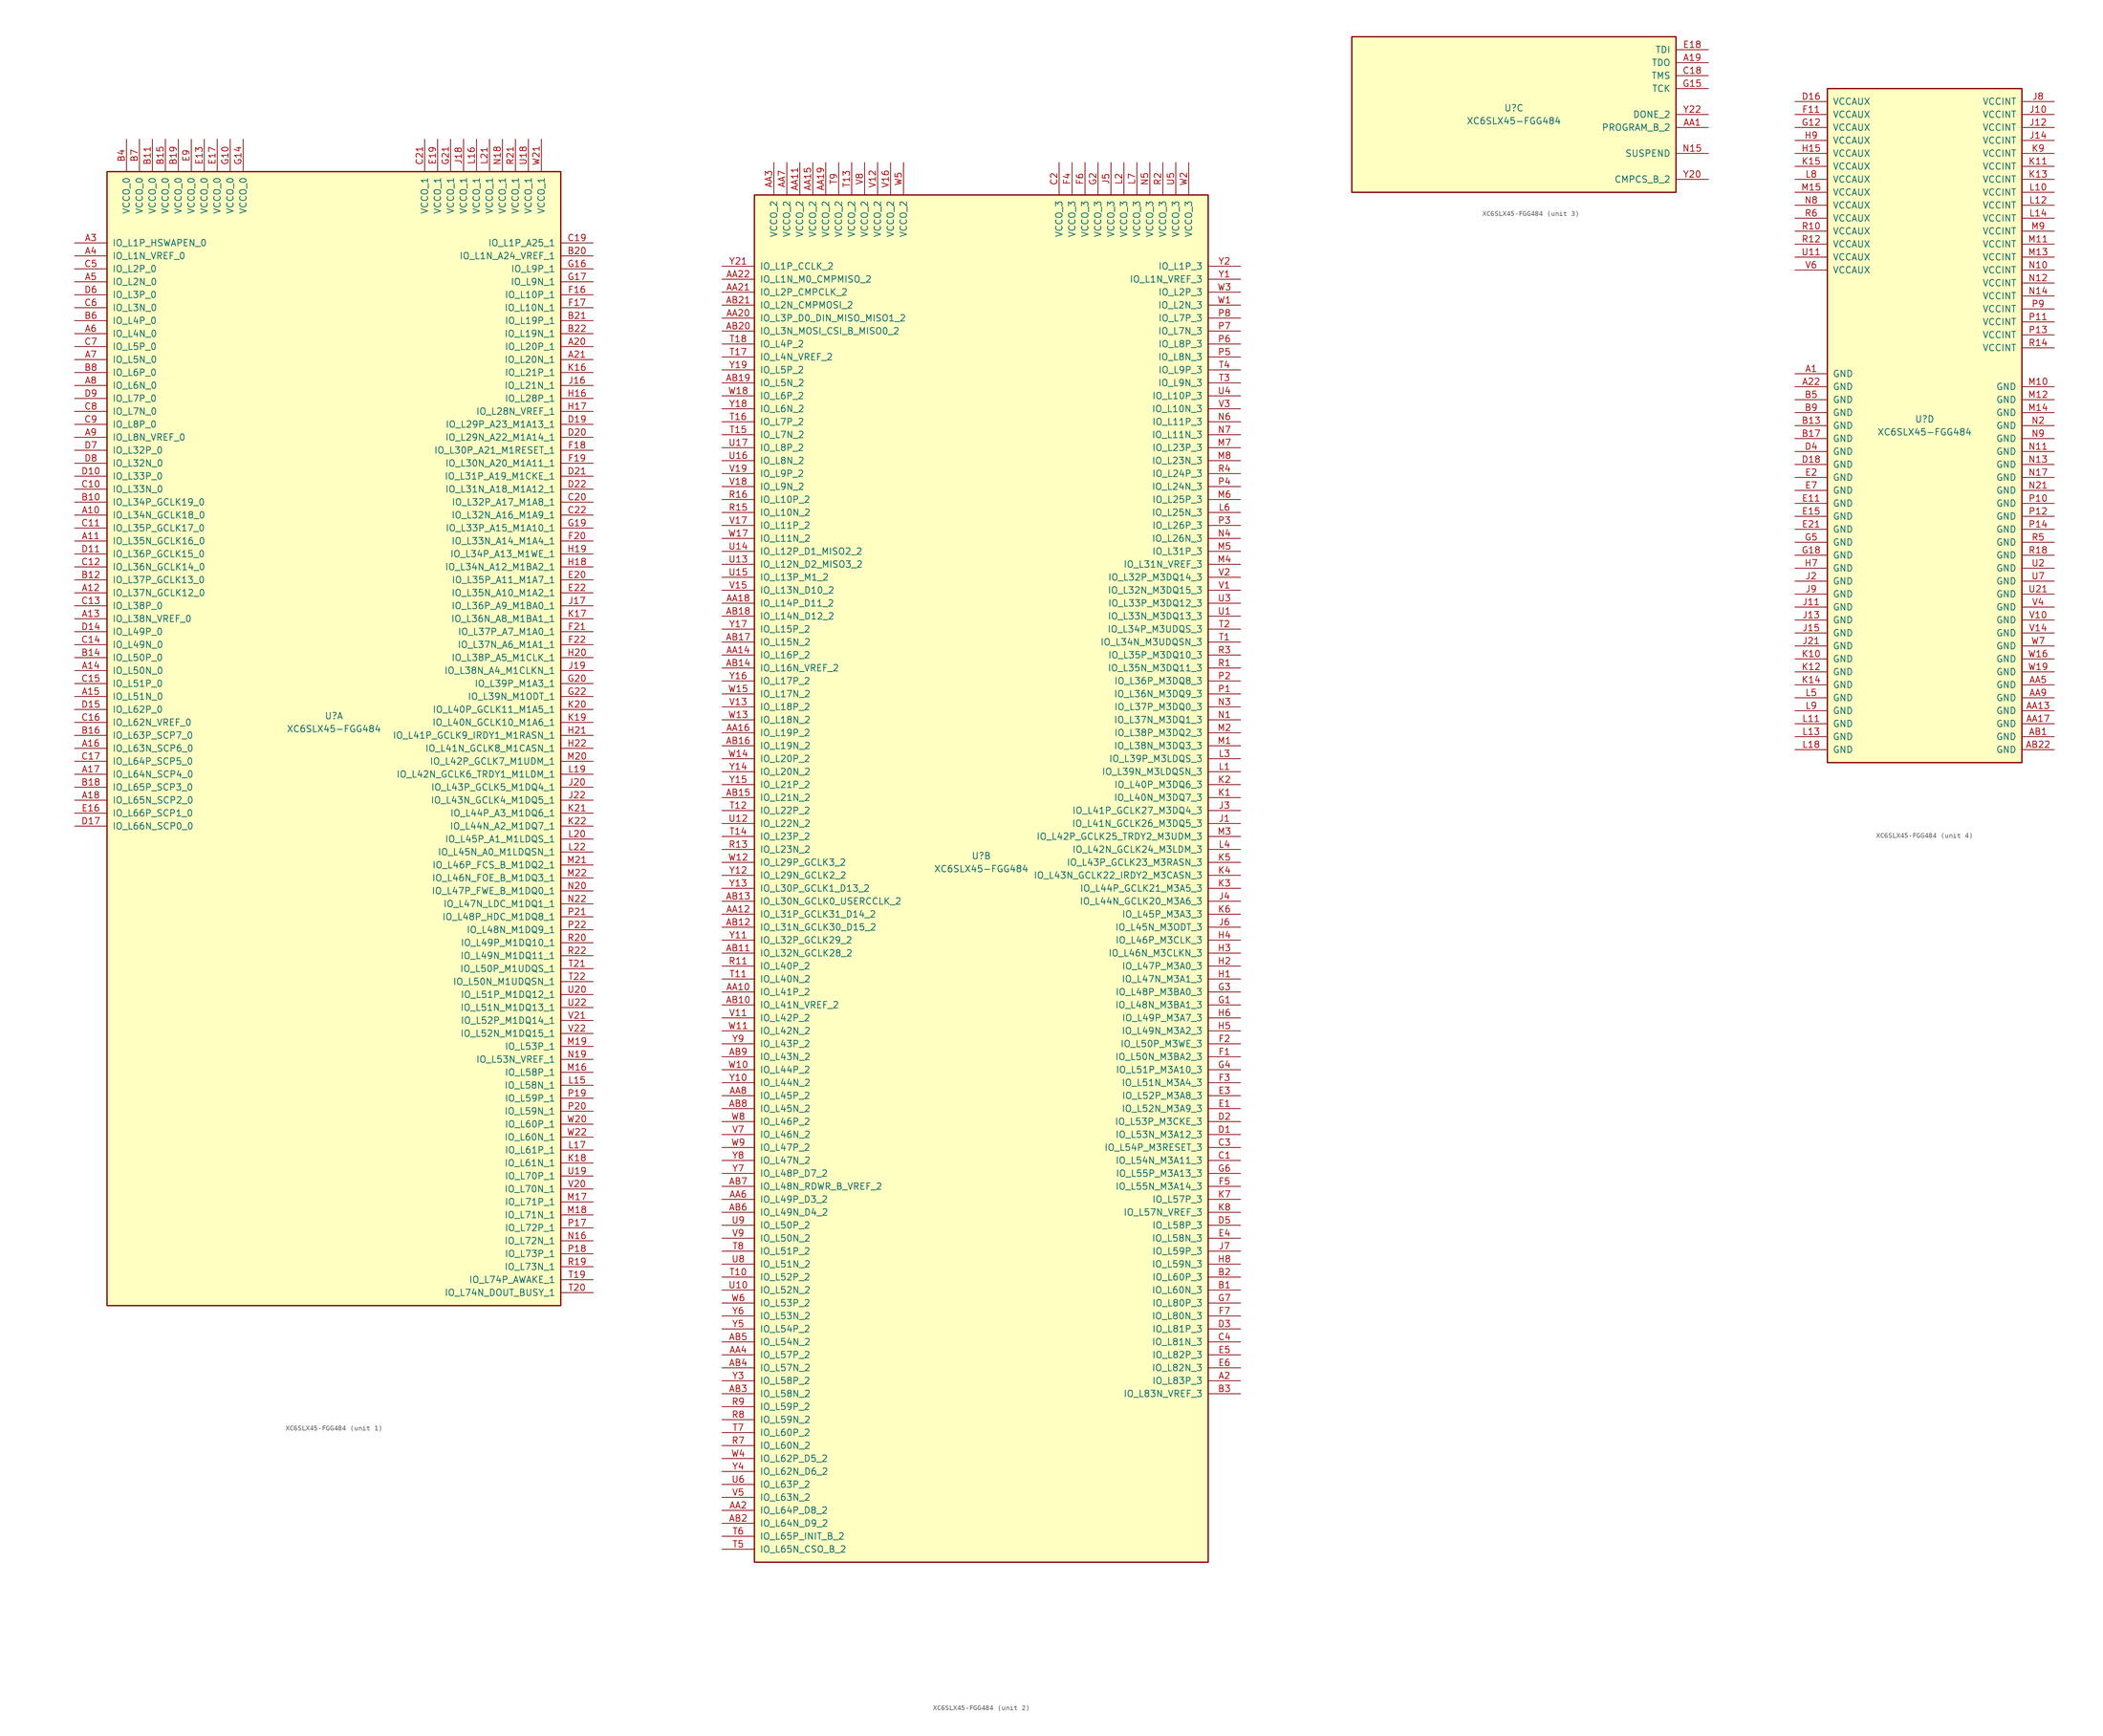
<source format=kicad_sym>
(kicad_symbol_lib
  (version 20220914)
  (generator kicad_symbol_editor)
  (symbol "XC6SLX45-FGG484"
    (pin_names
      (offset 1.016))
    (property "Reference" "U"
      (at 0 1.27 0)
      (effects (font (size 1.27 1.27))))
    (property "Value" "XC6SLX45-FGG484"
      (at 0 -1.27 0)
      (effects (font (size 1.27 1.27))))
    (property "Datasheet" ""
      (at 0 0 0)
      (effects (font (size 1.27 1.27))))
    (property "ki_locked" ""
      (at 0 0 0)
      (effects (font (size 1.27 1.27))))
    (symbol "XC6SLX45-FGG484_1_1"
      (rectangle (start -44.45 107.95) (end 44.45 -114.3) (stroke (width 0.254) (type default)) (fill (type background)))
      (pin bidirectional line (at -50.8 40.64 0) (length 6.35) (name "IO_L34N_GCLK18_0" (effects (font (size 1.27 1.27)))) (number "A10" (effects (font (size 1.27 1.27)))))
      (pin bidirectional line (at -50.8 35.56 0) (length 6.35) (name "IO_L35N_GCLK16_0" (effects (font (size 1.27 1.27)))) (number "A11" (effects (font (size 1.27 1.27)))))
      (pin bidirectional line (at -50.8 25.4 0) (length 6.35) (name "IO_L37N_GCLK12_0" (effects (font (size 1.27 1.27)))) (number "A12" (effects (font (size 1.27 1.27)))))
      (pin bidirectional line (at -50.8 20.32 0) (length 6.35) (name "IO_L38N_VREF_0" (effects (font (size 1.27 1.27)))) (number "A13" (effects (font (size 1.27 1.27)))))
      (pin bidirectional line (at -50.8 10.16 0) (length 6.35) (name "IO_L50N_0" (effects (font (size 1.27 1.27)))) (number "A14" (effects (font (size 1.27 1.27)))))
      (pin bidirectional line (at -50.8 5.08 0) (length 6.35) (name "IO_L51N_0" (effects (font (size 1.27 1.27)))) (number "A15" (effects (font (size 1.27 1.27)))))
      (pin bidirectional line (at -50.8 -5.08 0) (length 6.35) (name "IO_L63N_SCP6_0" (effects (font (size 1.27 1.27)))) (number "A16" (effects (font (size 1.27 1.27)))))
      (pin bidirectional line (at -50.8 -10.16 0) (length 6.35) (name "IO_L64N_SCP4_0" (effects (font (size 1.27 1.27)))) (number "A17" (effects (font (size 1.27 1.27)))))
      (pin bidirectional line (at -50.8 -15.24 0) (length 6.35) (name "IO_L65N_SCP2_0" (effects (font (size 1.27 1.27)))) (number "A18" (effects (font (size 1.27 1.27)))))
      (pin bidirectional line (at 50.8 73.66 180) (length 6.35) (name "IO_L20P_1" (effects (font (size 1.27 1.27)))) (number "A20" (effects (font (size 1.27 1.27)))))
      (pin bidirectional line (at 50.8 71.12 180) (length 6.35) (name "IO_L20N_1" (effects (font (size 1.27 1.27)))) (number "A21" (effects (font (size 1.27 1.27)))))
      (pin bidirectional line (at -50.8 93.98 0) (length 6.35) (name "IO_L1P_HSWAPEN_0" (effects (font (size 1.27 1.27)))) (number "A3" (effects (font (size 1.27 1.27)))))
      (pin bidirectional line (at -50.8 91.44 0) (length 6.35) (name "IO_L1N_VREF_0" (effects (font (size 1.27 1.27)))) (number "A4" (effects (font (size 1.27 1.27)))))
      (pin bidirectional line (at -50.8 86.36 0) (length 6.35) (name "IO_L2N_0" (effects (font (size 1.27 1.27)))) (number "A5" (effects (font (size 1.27 1.27)))))
      (pin bidirectional line (at -50.8 76.2 0) (length 6.35) (name "IO_L4N_0" (effects (font (size 1.27 1.27)))) (number "A6" (effects (font (size 1.27 1.27)))))
      (pin bidirectional line (at -50.8 71.12 0) (length 6.35) (name "IO_L5N_0" (effects (font (size 1.27 1.27)))) (number "A7" (effects (font (size 1.27 1.27)))))
      (pin bidirectional line (at -50.8 66.04 0) (length 6.35) (name "IO_L6N_0" (effects (font (size 1.27 1.27)))) (number "A8" (effects (font (size 1.27 1.27)))))
      (pin bidirectional line (at -50.8 55.88 0) (length 6.35) (name "IO_L8N_VREF_0" (effects (font (size 1.27 1.27)))) (number "A9" (effects (font (size 1.27 1.27)))))
      (pin bidirectional line (at -50.8 43.18 0) (length 6.35) (name "IO_L34P_GCLK19_0" (effects (font (size 1.27 1.27)))) (number "B10" (effects (font (size 1.27 1.27)))))
      (pin power_in line (at -35.56 114.3 270) (length 6.35) (name "VCCO_0" (effects (font (size 1.27 1.27)))) (number "B11" (effects (font (size 1.27 1.27)))))
      (pin bidirectional line (at -50.8 27.94 0) (length 6.35) (name "IO_L37P_GCLK13_0" (effects (font (size 1.27 1.27)))) (number "B12" (effects (font (size 1.27 1.27)))))
      (pin bidirectional line (at -50.8 12.7 0) (length 6.35) (name "IO_L50P_0" (effects (font (size 1.27 1.27)))) (number "B14" (effects (font (size 1.27 1.27)))))
      (pin power_in line (at -33.02 114.3 270) (length 6.35) (name "VCCO_0" (effects (font (size 1.27 1.27)))) (number "B15" (effects (font (size 1.27 1.27)))))
      (pin bidirectional line (at -50.8 -2.54 0) (length 6.35) (name "IO_L63P_SCP7_0" (effects (font (size 1.27 1.27)))) (number "B16" (effects (font (size 1.27 1.27)))))
      (pin bidirectional line (at -50.8 -12.7 0) (length 6.35) (name "IO_L65P_SCP3_0" (effects (font (size 1.27 1.27)))) (number "B18" (effects (font (size 1.27 1.27)))))
      (pin power_in line (at -30.48 114.3 270) (length 6.35) (name "VCCO_0" (effects (font (size 1.27 1.27)))) (number "B19" (effects (font (size 1.27 1.27)))))
      (pin bidirectional line (at 50.8 91.44 180) (length 6.35) (name "IO_L1N_A24_VREF_1" (effects (font (size 1.27 1.27)))) (number "B20" (effects (font (size 1.27 1.27)))))
      (pin bidirectional line (at 50.8 78.74 180) (length 6.35) (name "IO_L19P_1" (effects (font (size 1.27 1.27)))) (number "B21" (effects (font (size 1.27 1.27)))))
      (pin bidirectional line (at 50.8 76.2 180) (length 6.35) (name "IO_L19N_1" (effects (font (size 1.27 1.27)))) (number "B22" (effects (font (size 1.27 1.27)))))
      (pin power_in line (at -40.64 114.3 270) (length 6.35) (name "VCCO_0" (effects (font (size 1.27 1.27)))) (number "B4" (effects (font (size 1.27 1.27)))))
      (pin bidirectional line (at -50.8 78.74 0) (length 6.35) (name "IO_L4P_0" (effects (font (size 1.27 1.27)))) (number "B6" (effects (font (size 1.27 1.27)))))
      (pin power_in line (at -38.1 114.3 270) (length 6.35) (name "VCCO_0" (effects (font (size 1.27 1.27)))) (number "B7" (effects (font (size 1.27 1.27)))))
      (pin bidirectional line (at -50.8 68.58 0) (length 6.35) (name "IO_L6P_0" (effects (font (size 1.27 1.27)))) (number "B8" (effects (font (size 1.27 1.27)))))
      (pin bidirectional line (at -50.8 45.72 0) (length 6.35) (name "IO_L33N_0" (effects (font (size 1.27 1.27)))) (number "C10" (effects (font (size 1.27 1.27)))))
      (pin bidirectional line (at -50.8 38.1 0) (length 6.35) (name "IO_L35P_GCLK17_0" (effects (font (size 1.27 1.27)))) (number "C11" (effects (font (size 1.27 1.27)))))
      (pin bidirectional line (at -50.8 30.48 0) (length 6.35) (name "IO_L36N_GCLK14_0" (effects (font (size 1.27 1.27)))) (number "C12" (effects (font (size 1.27 1.27)))))
      (pin bidirectional line (at -50.8 22.86 0) (length 6.35) (name "IO_L38P_0" (effects (font (size 1.27 1.27)))) (number "C13" (effects (font (size 1.27 1.27)))))
      (pin bidirectional line (at -50.8 15.24 0) (length 6.35) (name "IO_L49N_0" (effects (font (size 1.27 1.27)))) (number "C14" (effects (font (size 1.27 1.27)))))
      (pin bidirectional line (at -50.8 7.62 0) (length 6.35) (name "IO_L51P_0" (effects (font (size 1.27 1.27)))) (number "C15" (effects (font (size 1.27 1.27)))))
      (pin bidirectional line (at -50.8 0 0) (length 6.35) (name "IO_L62N_VREF_0" (effects (font (size 1.27 1.27)))) (number "C16" (effects (font (size 1.27 1.27)))))
      (pin bidirectional line (at -50.8 -7.62 0) (length 6.35) (name "IO_L64P_SCP5_0" (effects (font (size 1.27 1.27)))) (number "C17" (effects (font (size 1.27 1.27)))))
      (pin bidirectional line (at 50.8 93.98 180) (length 6.35) (name "IO_L1P_A25_1" (effects (font (size 1.27 1.27)))) (number "C19" (effects (font (size 1.27 1.27)))))
      (pin bidirectional line (at 50.8 43.18 180) (length 6.35) (name "IO_L32P_A17_M1A8_1" (effects (font (size 1.27 1.27)))) (number "C20" (effects (font (size 1.27 1.27)))))
      (pin power_in line (at 17.78 114.3 270) (length 6.35) (name "VCCO_1" (effects (font (size 1.27 1.27)))) (number "C21" (effects (font (size 1.27 1.27)))))
      (pin bidirectional line (at 50.8 40.64 180) (length 6.35) (name "IO_L32N_A16_M1A9_1" (effects (font (size 1.27 1.27)))) (number "C22" (effects (font (size 1.27 1.27)))))
      (pin bidirectional line (at -50.8 88.9 0) (length 6.35) (name "IO_L2P_0" (effects (font (size 1.27 1.27)))) (number "C5" (effects (font (size 1.27 1.27)))))
      (pin bidirectional line (at -50.8 81.28 0) (length 6.35) (name "IO_L3N_0" (effects (font (size 1.27 1.27)))) (number "C6" (effects (font (size 1.27 1.27)))))
      (pin bidirectional line (at -50.8 73.66 0) (length 6.35) (name "IO_L5P_0" (effects (font (size 1.27 1.27)))) (number "C7" (effects (font (size 1.27 1.27)))))
      (pin bidirectional line (at -50.8 60.96 0) (length 6.35) (name "IO_L7N_0" (effects (font (size 1.27 1.27)))) (number "C8" (effects (font (size 1.27 1.27)))))
      (pin bidirectional line (at -50.8 58.42 0) (length 6.35) (name "IO_L8P_0" (effects (font (size 1.27 1.27)))) (number "C9" (effects (font (size 1.27 1.27)))))
      (pin bidirectional line (at -50.8 48.26 0) (length 6.35) (name "IO_L33P_0" (effects (font (size 1.27 1.27)))) (number "D10" (effects (font (size 1.27 1.27)))))
      (pin bidirectional line (at -50.8 33.02 0) (length 6.35) (name "IO_L36P_GCLK15_0" (effects (font (size 1.27 1.27)))) (number "D11" (effects (font (size 1.27 1.27)))))
      (pin bidirectional line (at -50.8 17.78 0) (length 6.35) (name "IO_L49P_0" (effects (font (size 1.27 1.27)))) (number "D14" (effects (font (size 1.27 1.27)))))
      (pin bidirectional line (at -50.8 2.54 0) (length 6.35) (name "IO_L62P_0" (effects (font (size 1.27 1.27)))) (number "D15" (effects (font (size 1.27 1.27)))))
      (pin bidirectional line (at -50.8 -20.32 0) (length 6.35) (name "IO_L66N_SCP0_0" (effects (font (size 1.27 1.27)))) (number "D17" (effects (font (size 1.27 1.27)))))
      (pin bidirectional line (at 50.8 58.42 180) (length 6.35) (name "IO_L29P_A23_M1A13_1" (effects (font (size 1.27 1.27)))) (number "D19" (effects (font (size 1.27 1.27)))))
      (pin bidirectional line (at 50.8 55.88 180) (length 6.35) (name "IO_L29N_A22_M1A14_1" (effects (font (size 1.27 1.27)))) (number "D20" (effects (font (size 1.27 1.27)))))
      (pin bidirectional line (at 50.8 48.26 180) (length 6.35) (name "IO_L31P_A19_M1CKE_1" (effects (font (size 1.27 1.27)))) (number "D21" (effects (font (size 1.27 1.27)))))
      (pin bidirectional line (at 50.8 45.72 180) (length 6.35) (name "IO_L31N_A18_M1A12_1" (effects (font (size 1.27 1.27)))) (number "D22" (effects (font (size 1.27 1.27)))))
      (pin bidirectional line (at -50.8 83.82 0) (length 6.35) (name "IO_L3P_0" (effects (font (size 1.27 1.27)))) (number "D6" (effects (font (size 1.27 1.27)))))
      (pin bidirectional line (at -50.8 53.34 0) (length 6.35) (name "IO_L32P_0" (effects (font (size 1.27 1.27)))) (number "D7" (effects (font (size 1.27 1.27)))))
      (pin bidirectional line (at -50.8 50.8 0) (length 6.35) (name "IO_L32N_0" (effects (font (size 1.27 1.27)))) (number "D8" (effects (font (size 1.27 1.27)))))
      (pin bidirectional line (at -50.8 63.5 0) (length 6.35) (name "IO_L7P_0" (effects (font (size 1.27 1.27)))) (number "D9" (effects (font (size 1.27 1.27)))))
      (pin power_in line (at -25.4 114.3 270) (length 6.35) (name "VCCO_0" (effects (font (size 1.27 1.27)))) (number "E13" (effects (font (size 1.27 1.27)))))
      (pin bidirectional line (at -50.8 -17.78 0) (length 6.35) (name "IO_L66P_SCP1_0" (effects (font (size 1.27 1.27)))) (number "E16" (effects (font (size 1.27 1.27)))))
      (pin power_in line (at -22.86 114.3 270) (length 6.35) (name "VCCO_0" (effects (font (size 1.27 1.27)))) (number "E17" (effects (font (size 1.27 1.27)))))
      (pin power_in line (at 20.32 114.3 270) (length 6.35) (name "VCCO_1" (effects (font (size 1.27 1.27)))) (number "E19" (effects (font (size 1.27 1.27)))))
      (pin bidirectional line (at 50.8 27.94 180) (length 6.35) (name "IO_L35P_A11_M1A7_1" (effects (font (size 1.27 1.27)))) (number "E20" (effects (font (size 1.27 1.27)))))
      (pin bidirectional line (at 50.8 25.4 180) (length 6.35) (name "IO_L35N_A10_M1A2_1" (effects (font (size 1.27 1.27)))) (number "E22" (effects (font (size 1.27 1.27)))))
      (pin power_in line (at -27.94 114.3 270) (length 6.35) (name "VCCO_0" (effects (font (size 1.27 1.27)))) (number "E9" (effects (font (size 1.27 1.27)))))
      (pin bidirectional line (at 50.8 83.82 180) (length 6.35) (name "IO_L10P_1" (effects (font (size 1.27 1.27)))) (number "F16" (effects (font (size 1.27 1.27)))))
      (pin bidirectional line (at 50.8 81.28 180) (length 6.35) (name "IO_L10N_1" (effects (font (size 1.27 1.27)))) (number "F17" (effects (font (size 1.27 1.27)))))
      (pin bidirectional line (at 50.8 53.34 180) (length 6.35) (name "IO_L30P_A21_M1RESET_1" (effects (font (size 1.27 1.27)))) (number "F18" (effects (font (size 1.27 1.27)))))
      (pin bidirectional line (at 50.8 50.8 180) (length 6.35) (name "IO_L30N_A20_M1A11_1" (effects (font (size 1.27 1.27)))) (number "F19" (effects (font (size 1.27 1.27)))))
      (pin bidirectional line (at 50.8 35.56 180) (length 6.35) (name "IO_L33N_A14_M1A4_1" (effects (font (size 1.27 1.27)))) (number "F20" (effects (font (size 1.27 1.27)))))
      (pin bidirectional line (at 50.8 17.78 180) (length 6.35) (name "IO_L37P_A7_M1A0_1" (effects (font (size 1.27 1.27)))) (number "F21" (effects (font (size 1.27 1.27)))))
      (pin bidirectional line (at 50.8 15.24 180) (length 6.35) (name "IO_L37N_A6_M1A1_1" (effects (font (size 1.27 1.27)))) (number "F22" (effects (font (size 1.27 1.27)))))
      (pin power_in line (at -20.32 114.3 270) (length 6.35) (name "VCCO_0" (effects (font (size 1.27 1.27)))) (number "G10" (effects (font (size 1.27 1.27)))))
      (pin power_in line (at -17.78 114.3 270) (length 6.35) (name "VCCO_0" (effects (font (size 1.27 1.27)))) (number "G14" (effects (font (size 1.27 1.27)))))
      (pin bidirectional line (at 50.8 88.9 180) (length 6.35) (name "IO_L9P_1" (effects (font (size 1.27 1.27)))) (number "G16" (effects (font (size 1.27 1.27)))))
      (pin bidirectional line (at 50.8 86.36 180) (length 6.35) (name "IO_L9N_1" (effects (font (size 1.27 1.27)))) (number "G17" (effects (font (size 1.27 1.27)))))
      (pin bidirectional line (at 50.8 38.1 180) (length 6.35) (name "IO_L33P_A15_M1A10_1" (effects (font (size 1.27 1.27)))) (number "G19" (effects (font (size 1.27 1.27)))))
      (pin bidirectional line (at 50.8 7.62 180) (length 6.35) (name "IO_L39P_M1A3_1" (effects (font (size 1.27 1.27)))) (number "G20" (effects (font (size 1.27 1.27)))))
      (pin power_in line (at 22.86 114.3 270) (length 6.35) (name "VCCO_1" (effects (font (size 1.27 1.27)))) (number "G21" (effects (font (size 1.27 1.27)))))
      (pin bidirectional line (at 50.8 5.08 180) (length 6.35) (name "IO_L39N_M1ODT_1" (effects (font (size 1.27 1.27)))) (number "G22" (effects (font (size 1.27 1.27)))))
      (pin bidirectional line (at 50.8 63.5 180) (length 6.35) (name "IO_L28P_1" (effects (font (size 1.27 1.27)))) (number "H16" (effects (font (size 1.27 1.27)))))
      (pin bidirectional line (at 50.8 60.96 180) (length 6.35) (name "IO_L28N_VREF_1" (effects (font (size 1.27 1.27)))) (number "H17" (effects (font (size 1.27 1.27)))))
      (pin bidirectional line (at 50.8 30.48 180) (length 6.35) (name "IO_L34N_A12_M1BA2_1" (effects (font (size 1.27 1.27)))) (number "H18" (effects (font (size 1.27 1.27)))))
      (pin bidirectional line (at 50.8 33.02 180) (length 6.35) (name "IO_L34P_A13_M1WE_1" (effects (font (size 1.27 1.27)))) (number "H19" (effects (font (size 1.27 1.27)))))
      (pin bidirectional line (at 50.8 12.7 180) (length 6.35) (name "IO_L38P_A5_M1CLK_1" (effects (font (size 1.27 1.27)))) (number "H20" (effects (font (size 1.27 1.27)))))
      (pin bidirectional line (at 50.8 -2.54 180) (length 6.35) (name "IO_L41P_GCLK9_IRDY1_M1RASN_1" (effects (font (size 1.27 1.27)))) (number "H21" (effects (font (size 1.27 1.27)))))
      (pin bidirectional line (at 50.8 -5.08 180) (length 6.35) (name "IO_L41N_GCLK8_M1CASN_1" (effects (font (size 1.27 1.27)))) (number "H22" (effects (font (size 1.27 1.27)))))
      (pin bidirectional line (at 50.8 66.04 180) (length 6.35) (name "IO_L21N_1" (effects (font (size 1.27 1.27)))) (number "J16" (effects (font (size 1.27 1.27)))))
      (pin bidirectional line (at 50.8 22.86 180) (length 6.35) (name "IO_L36P_A9_M1BA0_1" (effects (font (size 1.27 1.27)))) (number "J17" (effects (font (size 1.27 1.27)))))
      (pin power_in line (at 25.4 114.3 270) (length 6.35) (name "VCCO_1" (effects (font (size 1.27 1.27)))) (number "J18" (effects (font (size 1.27 1.27)))))
      (pin bidirectional line (at 50.8 10.16 180) (length 6.35) (name "IO_L38N_A4_M1CLKN_1" (effects (font (size 1.27 1.27)))) (number "J19" (effects (font (size 1.27 1.27)))))
      (pin bidirectional line (at 50.8 -12.7 180) (length 6.35) (name "IO_L43P_GCLK5_M1DQ4_1" (effects (font (size 1.27 1.27)))) (number "J20" (effects (font (size 1.27 1.27)))))
      (pin bidirectional line (at 50.8 -15.24 180) (length 6.35) (name "IO_L43N_GCLK4_M1DQ5_1" (effects (font (size 1.27 1.27)))) (number "J22" (effects (font (size 1.27 1.27)))))
      (pin bidirectional line (at 50.8 68.58 180) (length 6.35) (name "IO_L21P_1" (effects (font (size 1.27 1.27)))) (number "K16" (effects (font (size 1.27 1.27)))))
      (pin bidirectional line (at 50.8 20.32 180) (length 6.35) (name "IO_L36N_A8_M1BA1_1" (effects (font (size 1.27 1.27)))) (number "K17" (effects (font (size 1.27 1.27)))))
      (pin bidirectional line (at 50.8 -86.36 180) (length 6.35) (name "IO_L61N_1" (effects (font (size 1.27 1.27)))) (number "K18" (effects (font (size 1.27 1.27)))))
      (pin bidirectional line (at 50.8 0 180) (length 6.35) (name "IO_L40N_GCLK10_M1A6_1" (effects (font (size 1.27 1.27)))) (number "K19" (effects (font (size 1.27 1.27)))))
      (pin bidirectional line (at 50.8 2.54 180) (length 6.35) (name "IO_L40P_GCLK11_M1A5_1" (effects (font (size 1.27 1.27)))) (number "K20" (effects (font (size 1.27 1.27)))))
      (pin bidirectional line (at 50.8 -17.78 180) (length 6.35) (name "IO_L44P_A3_M1DQ6_1" (effects (font (size 1.27 1.27)))) (number "K21" (effects (font (size 1.27 1.27)))))
      (pin bidirectional line (at 50.8 -20.32 180) (length 6.35) (name "IO_L44N_A2_M1DQ7_1" (effects (font (size 1.27 1.27)))) (number "K22" (effects (font (size 1.27 1.27)))))
      (pin bidirectional line (at 50.8 -71.12 180) (length 6.35) (name "IO_L58N_1" (effects (font (size 1.27 1.27)))) (number "L15" (effects (font (size 1.27 1.27)))))
      (pin power_in line (at 27.94 114.3 270) (length 6.35) (name "VCCO_1" (effects (font (size 1.27 1.27)))) (number "L16" (effects (font (size 1.27 1.27)))))
      (pin bidirectional line (at 50.8 -83.82 180) (length 6.35) (name "IO_L61P_1" (effects (font (size 1.27 1.27)))) (number "L17" (effects (font (size 1.27 1.27)))))
      (pin bidirectional line (at 50.8 -10.16 180) (length 6.35) (name "IO_L42N_GCLK6_TRDY1_M1LDM_1" (effects (font (size 1.27 1.27)))) (number "L19" (effects (font (size 1.27 1.27)))))
      (pin bidirectional line (at 50.8 -22.86 180) (length 6.35) (name "IO_L45P_A1_M1LDQS_1" (effects (font (size 1.27 1.27)))) (number "L20" (effects (font (size 1.27 1.27)))))
      (pin power_in line (at 30.48 114.3 270) (length 6.35) (name "VCCO_1" (effects (font (size 1.27 1.27)))) (number "L21" (effects (font (size 1.27 1.27)))))
      (pin bidirectional line (at 50.8 -25.4 180) (length 6.35) (name "IO_L45N_A0_M1LDQSN_1" (effects (font (size 1.27 1.27)))) (number "L22" (effects (font (size 1.27 1.27)))))
      (pin bidirectional line (at 50.8 -68.58 180) (length 6.35) (name "IO_L58P_1" (effects (font (size 1.27 1.27)))) (number "M16" (effects (font (size 1.27 1.27)))))
      (pin bidirectional line (at 50.8 -93.98 180) (length 6.35) (name "IO_L71P_1" (effects (font (size 1.27 1.27)))) (number "M17" (effects (font (size 1.27 1.27)))))
      (pin bidirectional line (at 50.8 -96.52 180) (length 6.35) (name "IO_L71N_1" (effects (font (size 1.27 1.27)))) (number "M18" (effects (font (size 1.27 1.27)))))
      (pin bidirectional line (at 50.8 -63.5 180) (length 6.35) (name "IO_L53P_1" (effects (font (size 1.27 1.27)))) (number "M19" (effects (font (size 1.27 1.27)))))
      (pin bidirectional line (at 50.8 -7.62 180) (length 6.35) (name "IO_L42P_GCLK7_M1UDM_1" (effects (font (size 1.27 1.27)))) (number "M20" (effects (font (size 1.27 1.27)))))
      (pin bidirectional line (at 50.8 -27.94 180) (length 6.35) (name "IO_L46P_FCS_B_M1DQ2_1" (effects (font (size 1.27 1.27)))) (number "M21" (effects (font (size 1.27 1.27)))))
      (pin bidirectional line (at 50.8 -30.48 180) (length 6.35) (name "IO_L46N_FOE_B_M1DQ3_1" (effects (font (size 1.27 1.27)))) (number "M22" (effects (font (size 1.27 1.27)))))
      (pin bidirectional line (at 50.8 -101.6 180) (length 6.35) (name "IO_L72N_1" (effects (font (size 1.27 1.27)))) (number "N16" (effects (font (size 1.27 1.27)))))
      (pin power_in line (at 33.02 114.3 270) (length 6.35) (name "VCCO_1" (effects (font (size 1.27 1.27)))) (number "N18" (effects (font (size 1.27 1.27)))))
      (pin bidirectional line (at 50.8 -66.04 180) (length 6.35) (name "IO_L53N_VREF_1" (effects (font (size 1.27 1.27)))) (number "N19" (effects (font (size 1.27 1.27)))))
      (pin bidirectional line (at 50.8 -33.02 180) (length 6.35) (name "IO_L47P_FWE_B_M1DQ0_1" (effects (font (size 1.27 1.27)))) (number "N20" (effects (font (size 1.27 1.27)))))
      (pin bidirectional line (at 50.8 -35.56 180) (length 6.35) (name "IO_L47N_LDC_M1DQ1_1" (effects (font (size 1.27 1.27)))) (number "N22" (effects (font (size 1.27 1.27)))))
      (pin bidirectional line (at 50.8 -99.06 180) (length 6.35) (name "IO_L72P_1" (effects (font (size 1.27 1.27)))) (number "P17" (effects (font (size 1.27 1.27)))))
      (pin bidirectional line (at 50.8 -104.14 180) (length 6.35) (name "IO_L73P_1" (effects (font (size 1.27 1.27)))) (number "P18" (effects (font (size 1.27 1.27)))))
      (pin bidirectional line (at 50.8 -73.66 180) (length 6.35) (name "IO_L59P_1" (effects (font (size 1.27 1.27)))) (number "P19" (effects (font (size 1.27 1.27)))))
      (pin bidirectional line (at 50.8 -76.2 180) (length 6.35) (name "IO_L59N_1" (effects (font (size 1.27 1.27)))) (number "P20" (effects (font (size 1.27 1.27)))))
      (pin bidirectional line (at 50.8 -38.1 180) (length 6.35) (name "IO_L48P_HDC_M1DQ8_1" (effects (font (size 1.27 1.27)))) (number "P21" (effects (font (size 1.27 1.27)))))
      (pin bidirectional line (at 50.8 -40.64 180) (length 6.35) (name "IO_L48N_M1DQ9_1" (effects (font (size 1.27 1.27)))) (number "P22" (effects (font (size 1.27 1.27)))))
      (pin bidirectional line (at 50.8 -106.68 180) (length 6.35) (name "IO_L73N_1" (effects (font (size 1.27 1.27)))) (number "R19" (effects (font (size 1.27 1.27)))))
      (pin bidirectional line (at 50.8 -43.18 180) (length 6.35) (name "IO_L49P_M1DQ10_1" (effects (font (size 1.27 1.27)))) (number "R20" (effects (font (size 1.27 1.27)))))
      (pin power_in line (at 35.56 114.3 270) (length 6.35) (name "VCCO_1" (effects (font (size 1.27 1.27)))) (number "R21" (effects (font (size 1.27 1.27)))))
      (pin bidirectional line (at 50.8 -45.72 180) (length 6.35) (name "IO_L49N_M1DQ11_1" (effects (font (size 1.27 1.27)))) (number "R22" (effects (font (size 1.27 1.27)))))
      (pin bidirectional line (at 50.8 -109.22 180) (length 6.35) (name "IO_L74P_AWAKE_1" (effects (font (size 1.27 1.27)))) (number "T19" (effects (font (size 1.27 1.27)))))
      (pin bidirectional line (at 50.8 -111.76 180) (length 6.35) (name "IO_L74N_DOUT_BUSY_1" (effects (font (size 1.27 1.27)))) (number "T20" (effects (font (size 1.27 1.27)))))
      (pin bidirectional line (at 50.8 -48.26 180) (length 6.35) (name "IO_L50P_M1UDQS_1" (effects (font (size 1.27 1.27)))) (number "T21" (effects (font (size 1.27 1.27)))))
      (pin bidirectional line (at 50.8 -50.8 180) (length 6.35) (name "IO_L50N_M1UDQSN_1" (effects (font (size 1.27 1.27)))) (number "T22" (effects (font (size 1.27 1.27)))))
      (pin power_in line (at 38.1 114.3 270) (length 6.35) (name "VCCO_1" (effects (font (size 1.27 1.27)))) (number "U18" (effects (font (size 1.27 1.27)))))
      (pin bidirectional line (at 50.8 -88.9 180) (length 6.35) (name "IO_L70P_1" (effects (font (size 1.27 1.27)))) (number "U19" (effects (font (size 1.27 1.27)))))
      (pin bidirectional line (at 50.8 -53.34 180) (length 6.35) (name "IO_L51P_M1DQ12_1" (effects (font (size 1.27 1.27)))) (number "U20" (effects (font (size 1.27 1.27)))))
      (pin bidirectional line (at 50.8 -55.88 180) (length 6.35) (name "IO_L51N_M1DQ13_1" (effects (font (size 1.27 1.27)))) (number "U22" (effects (font (size 1.27 1.27)))))
      (pin bidirectional line (at 50.8 -91.44 180) (length 6.35) (name "IO_L70N_1" (effects (font (size 1.27 1.27)))) (number "V20" (effects (font (size 1.27 1.27)))))
      (pin bidirectional line (at 50.8 -58.42 180) (length 6.35) (name "IO_L52P_M1DQ14_1" (effects (font (size 1.27 1.27)))) (number "V21" (effects (font (size 1.27 1.27)))))
      (pin bidirectional line (at 50.8 -60.96 180) (length 6.35) (name "IO_L52N_M1DQ15_1" (effects (font (size 1.27 1.27)))) (number "V22" (effects (font (size 1.27 1.27)))))
      (pin bidirectional line (at 50.8 -78.74 180) (length 6.35) (name "IO_L60P_1" (effects (font (size 1.27 1.27)))) (number "W20" (effects (font (size 1.27 1.27)))))
      (pin power_in line (at 40.64 114.3 270) (length 6.35) (name "VCCO_1" (effects (font (size 1.27 1.27)))) (number "W21" (effects (font (size 1.27 1.27)))))
      (pin bidirectional line (at 50.8 -81.28 180) (length 6.35) (name "IO_L60N_1" (effects (font (size 1.27 1.27)))) (number "W22" (effects (font (size 1.27 1.27))))))
    (symbol "XC6SLX45-FGG484_2_1"
      (rectangle (start -44.45 130.81) (end 44.45 -137.16) (stroke (width 0.254) (type default)) (fill (type background)))
      (pin bidirectional line (at 50.8 -101.6 180) (length 6.35) (name "IO_L83P_3" (effects (font (size 1.27 1.27)))) (number "A2" (effects (font (size 1.27 1.27)))))
      (pin bidirectional line (at -50.8 -25.4 0) (length 6.35) (name "IO_L41P_2" (effects (font (size 1.27 1.27)))) (number "AA10" (effects (font (size 1.27 1.27)))))
      (pin power_in line (at -35.56 137.16 270) (length 6.35) (name "VCCO_2" (effects (font (size 1.27 1.27)))) (number "AA11" (effects (font (size 1.27 1.27)))))
      (pin bidirectional line (at -50.8 -10.16 0) (length 6.35) (name "IO_L31P_GCLK31_D14_2" (effects (font (size 1.27 1.27)))) (number "AA12" (effects (font (size 1.27 1.27)))))
      (pin bidirectional line (at -50.8 40.64 0) (length 6.35) (name "IO_L16P_2" (effects (font (size 1.27 1.27)))) (number "AA14" (effects (font (size 1.27 1.27)))))
      (pin power_in line (at -33.02 137.16 270) (length 6.35) (name "VCCO_2" (effects (font (size 1.27 1.27)))) (number "AA15" (effects (font (size 1.27 1.27)))))
      (pin bidirectional line (at -50.8 25.4 0) (length 6.35) (name "IO_L19P_2" (effects (font (size 1.27 1.27)))) (number "AA16" (effects (font (size 1.27 1.27)))))
      (pin bidirectional line (at -50.8 50.8 0) (length 6.35) (name "IO_L14P_D11_2" (effects (font (size 1.27 1.27)))) (number "AA18" (effects (font (size 1.27 1.27)))))
      (pin power_in line (at -30.48 137.16 270) (length 6.35) (name "VCCO_2" (effects (font (size 1.27 1.27)))) (number "AA19" (effects (font (size 1.27 1.27)))))
      (pin bidirectional line (at -50.8 -127 0) (length 6.35) (name "IO_L64P_D8_2" (effects (font (size 1.27 1.27)))) (number "AA2" (effects (font (size 1.27 1.27)))))
      (pin bidirectional line (at -50.8 106.68 0) (length 6.35) (name "IO_L3P_D0_DIN_MISO_MISO1_2" (effects (font (size 1.27 1.27)))) (number "AA20" (effects (font (size 1.27 1.27)))))
      (pin bidirectional line (at -50.8 111.76 0) (length 6.35) (name "IO_L2P_CMPCLK_2" (effects (font (size 1.27 1.27)))) (number "AA21" (effects (font (size 1.27 1.27)))))
      (pin bidirectional line (at -50.8 114.3 0) (length 6.35) (name "IO_L1N_M0_CMPMISO_2" (effects (font (size 1.27 1.27)))) (number "AA22" (effects (font (size 1.27 1.27)))))
      (pin power_in line (at -40.64 137.16 270) (length 6.35) (name "VCCO_2" (effects (font (size 1.27 1.27)))) (number "AA3" (effects (font (size 1.27 1.27)))))
      (pin bidirectional line (at -50.8 -96.52 0) (length 6.35) (name "IO_L57P_2" (effects (font (size 1.27 1.27)))) (number "AA4" (effects (font (size 1.27 1.27)))))
      (pin bidirectional line (at -50.8 -66.04 0) (length 6.35) (name "IO_L49P_D3_2" (effects (font (size 1.27 1.27)))) (number "AA6" (effects (font (size 1.27 1.27)))))
      (pin power_in line (at -38.1 137.16 270) (length 6.35) (name "VCCO_2" (effects (font (size 1.27 1.27)))) (number "AA7" (effects (font (size 1.27 1.27)))))
      (pin bidirectional line (at -50.8 -45.72 0) (length 6.35) (name "IO_L45P_2" (effects (font (size 1.27 1.27)))) (number "AA8" (effects (font (size 1.27 1.27)))))
      (pin bidirectional line (at -50.8 -27.94 0) (length 6.35) (name "IO_L41N_VREF_2" (effects (font (size 1.27 1.27)))) (number "AB10" (effects (font (size 1.27 1.27)))))
      (pin bidirectional line (at -50.8 -17.78 0) (length 6.35) (name "IO_L32N_GCLK28_2" (effects (font (size 1.27 1.27)))) (number "AB11" (effects (font (size 1.27 1.27)))))
      (pin bidirectional line (at -50.8 -12.7 0) (length 6.35) (name "IO_L31N_GCLK30_D15_2" (effects (font (size 1.27 1.27)))) (number "AB12" (effects (font (size 1.27 1.27)))))
      (pin bidirectional line (at -50.8 -7.62 0) (length 6.35) (name "IO_L30N_GCLK0_USERCCLK_2" (effects (font (size 1.27 1.27)))) (number "AB13" (effects (font (size 1.27 1.27)))))
      (pin bidirectional line (at -50.8 38.1 0) (length 6.35) (name "IO_L16N_VREF_2" (effects (font (size 1.27 1.27)))) (number "AB14" (effects (font (size 1.27 1.27)))))
      (pin bidirectional line (at -50.8 12.7 0) (length 6.35) (name "IO_L21N_2" (effects (font (size 1.27 1.27)))) (number "AB15" (effects (font (size 1.27 1.27)))))
      (pin bidirectional line (at -50.8 22.86 0) (length 6.35) (name "IO_L19N_2" (effects (font (size 1.27 1.27)))) (number "AB16" (effects (font (size 1.27 1.27)))))
      (pin bidirectional line (at -50.8 43.18 0) (length 6.35) (name "IO_L15N_2" (effects (font (size 1.27 1.27)))) (number "AB17" (effects (font (size 1.27 1.27)))))
      (pin bidirectional line (at -50.8 48.26 0) (length 6.35) (name "IO_L14N_D12_2" (effects (font (size 1.27 1.27)))) (number "AB18" (effects (font (size 1.27 1.27)))))
      (pin bidirectional line (at -50.8 93.98 0) (length 6.35) (name "IO_L5N_2" (effects (font (size 1.27 1.27)))) (number "AB19" (effects (font (size 1.27 1.27)))))
      (pin bidirectional line (at -50.8 -129.54 0) (length 6.35) (name "IO_L64N_D9_2" (effects (font (size 1.27 1.27)))) (number "AB2" (effects (font (size 1.27 1.27)))))
      (pin bidirectional line (at -50.8 104.14 0) (length 6.35) (name "IO_L3N_MOSI_CSI_B_MISO0_2" (effects (font (size 1.27 1.27)))) (number "AB20" (effects (font (size 1.27 1.27)))))
      (pin bidirectional line (at -50.8 109.22 0) (length 6.35) (name "IO_L2N_CMPMOSI_2" (effects (font (size 1.27 1.27)))) (number "AB21" (effects (font (size 1.27 1.27)))))
      (pin bidirectional line (at -50.8 -104.14 0) (length 6.35) (name "IO_L58N_2" (effects (font (size 1.27 1.27)))) (number "AB3" (effects (font (size 1.27 1.27)))))
      (pin bidirectional line (at -50.8 -99.06 0) (length 6.35) (name "IO_L57N_2" (effects (font (size 1.27 1.27)))) (number "AB4" (effects (font (size 1.27 1.27)))))
      (pin bidirectional line (at -50.8 -93.98 0) (length 6.35) (name "IO_L54N_2" (effects (font (size 1.27 1.27)))) (number "AB5" (effects (font (size 1.27 1.27)))))
      (pin bidirectional line (at -50.8 -68.58 0) (length 6.35) (name "IO_L49N_D4_2" (effects (font (size 1.27 1.27)))) (number "AB6" (effects (font (size 1.27 1.27)))))
      (pin bidirectional line (at -50.8 -63.5 0) (length 6.35) (name "IO_L48N_RDWR_B_VREF_2" (effects (font (size 1.27 1.27)))) (number "AB7" (effects (font (size 1.27 1.27)))))
      (pin bidirectional line (at -50.8 -48.26 0) (length 6.35) (name "IO_L45N_2" (effects (font (size 1.27 1.27)))) (number "AB8" (effects (font (size 1.27 1.27)))))
      (pin bidirectional line (at -50.8 -38.1 0) (length 6.35) (name "IO_L43N_2" (effects (font (size 1.27 1.27)))) (number "AB9" (effects (font (size 1.27 1.27)))))
      (pin bidirectional line (at 50.8 -83.82 180) (length 6.35) (name "IO_L60N_3" (effects (font (size 1.27 1.27)))) (number "B1" (effects (font (size 1.27 1.27)))))
      (pin bidirectional line (at 50.8 -81.28 180) (length 6.35) (name "IO_L60P_3" (effects (font (size 1.27 1.27)))) (number "B2" (effects (font (size 1.27 1.27)))))
      (pin bidirectional line (at 50.8 -104.14 180) (length 6.35) (name "IO_L83N_VREF_3" (effects (font (size 1.27 1.27)))) (number "B3" (effects (font (size 1.27 1.27)))))
      (pin bidirectional line (at 50.8 -58.42 180) (length 6.35) (name "IO_L54N_M3A11_3" (effects (font (size 1.27 1.27)))) (number "C1" (effects (font (size 1.27 1.27)))))
      (pin power_in line (at 15.24 137.16 270) (length 6.35) (name "VCCO_3" (effects (font (size 1.27 1.27)))) (number "C2" (effects (font (size 1.27 1.27)))))
      (pin bidirectional line (at 50.8 -55.88 180) (length 6.35) (name "IO_L54P_M3RESET_3" (effects (font (size 1.27 1.27)))) (number "C3" (effects (font (size 1.27 1.27)))))
      (pin bidirectional line (at 50.8 -93.98 180) (length 6.35) (name "IO_L81N_3" (effects (font (size 1.27 1.27)))) (number "C4" (effects (font (size 1.27 1.27)))))
      (pin bidirectional line (at 50.8 -53.34 180) (length 6.35) (name "IO_L53N_M3A12_3" (effects (font (size 1.27 1.27)))) (number "D1" (effects (font (size 1.27 1.27)))))
      (pin bidirectional line (at 50.8 -50.8 180) (length 6.35) (name "IO_L53P_M3CKE_3" (effects (font (size 1.27 1.27)))) (number "D2" (effects (font (size 1.27 1.27)))))
      (pin bidirectional line (at 50.8 -91.44 180) (length 6.35) (name "IO_L81P_3" (effects (font (size 1.27 1.27)))) (number "D3" (effects (font (size 1.27 1.27)))))
      (pin bidirectional line (at 50.8 -71.12 180) (length 6.35) (name "IO_L58P_3" (effects (font (size 1.27 1.27)))) (number "D5" (effects (font (size 1.27 1.27)))))
      (pin bidirectional line (at 50.8 -48.26 180) (length 6.35) (name "IO_L52N_M3A9_3" (effects (font (size 1.27 1.27)))) (number "E1" (effects (font (size 1.27 1.27)))))
      (pin bidirectional line (at 50.8 -45.72 180) (length 6.35) (name "IO_L52P_M3A8_3" (effects (font (size 1.27 1.27)))) (number "E3" (effects (font (size 1.27 1.27)))))
      (pin bidirectional line (at 50.8 -73.66 180) (length 6.35) (name "IO_L58N_3" (effects (font (size 1.27 1.27)))) (number "E4" (effects (font (size 1.27 1.27)))))
      (pin bidirectional line (at 50.8 -96.52 180) (length 6.35) (name "IO_L82P_3" (effects (font (size 1.27 1.27)))) (number "E5" (effects (font (size 1.27 1.27)))))
      (pin bidirectional line (at 50.8 -99.06 180) (length 6.35) (name "IO_L82N_3" (effects (font (size 1.27 1.27)))) (number "E6" (effects (font (size 1.27 1.27)))))
      (pin bidirectional line (at 50.8 -38.1 180) (length 6.35) (name "IO_L50N_M3BA2_3" (effects (font (size 1.27 1.27)))) (number "F1" (effects (font (size 1.27 1.27)))))
      (pin bidirectional line (at 50.8 -35.56 180) (length 6.35) (name "IO_L50P_M3WE_3" (effects (font (size 1.27 1.27)))) (number "F2" (effects (font (size 1.27 1.27)))))
      (pin bidirectional line (at 50.8 -43.18 180) (length 6.35) (name "IO_L51N_M3A4_3" (effects (font (size 1.27 1.27)))) (number "F3" (effects (font (size 1.27 1.27)))))
      (pin power_in line (at 17.78 137.16 270) (length 6.35) (name "VCCO_3" (effects (font (size 1.27 1.27)))) (number "F4" (effects (font (size 1.27 1.27)))))
      (pin bidirectional line (at 50.8 -63.5 180) (length 6.35) (name "IO_L55N_M3A14_3" (effects (font (size 1.27 1.27)))) (number "F5" (effects (font (size 1.27 1.27)))))
      (pin power_in line (at 20.32 137.16 270) (length 6.35) (name "VCCO_3" (effects (font (size 1.27 1.27)))) (number "F6" (effects (font (size 1.27 1.27)))))
      (pin bidirectional line (at 50.8 -88.9 180) (length 6.35) (name "IO_L80N_3" (effects (font (size 1.27 1.27)))) (number "F7" (effects (font (size 1.27 1.27)))))
      (pin bidirectional line (at 50.8 -27.94 180) (length 6.35) (name "IO_L48N_M3BA1_3" (effects (font (size 1.27 1.27)))) (number "G1" (effects (font (size 1.27 1.27)))))
      (pin power_in line (at 22.86 137.16 270) (length 6.35) (name "VCCO_3" (effects (font (size 1.27 1.27)))) (number "G2" (effects (font (size 1.27 1.27)))))
      (pin bidirectional line (at 50.8 -25.4 180) (length 6.35) (name "IO_L48P_M3BA0_3" (effects (font (size 1.27 1.27)))) (number "G3" (effects (font (size 1.27 1.27)))))
      (pin bidirectional line (at 50.8 -40.64 180) (length 6.35) (name "IO_L51P_M3A10_3" (effects (font (size 1.27 1.27)))) (number "G4" (effects (font (size 1.27 1.27)))))
      (pin bidirectional line (at 50.8 -60.96 180) (length 6.35) (name "IO_L55P_M3A13_3" (effects (font (size 1.27 1.27)))) (number "G6" (effects (font (size 1.27 1.27)))))
      (pin bidirectional line (at 50.8 -86.36 180) (length 6.35) (name "IO_L80P_3" (effects (font (size 1.27 1.27)))) (number "G7" (effects (font (size 1.27 1.27)))))
      (pin bidirectional line (at 50.8 -22.86 180) (length 6.35) (name "IO_L47N_M3A1_3" (effects (font (size 1.27 1.27)))) (number "H1" (effects (font (size 1.27 1.27)))))
      (pin bidirectional line (at 50.8 -20.32 180) (length 6.35) (name "IO_L47P_M3A0_3" (effects (font (size 1.27 1.27)))) (number "H2" (effects (font (size 1.27 1.27)))))
      (pin bidirectional line (at 50.8 -17.78 180) (length 6.35) (name "IO_L46N_M3CLKN_3" (effects (font (size 1.27 1.27)))) (number "H3" (effects (font (size 1.27 1.27)))))
      (pin bidirectional line (at 50.8 -15.24 180) (length 6.35) (name "IO_L46P_M3CLK_3" (effects (font (size 1.27 1.27)))) (number "H4" (effects (font (size 1.27 1.27)))))
      (pin bidirectional line (at 50.8 -33.02 180) (length 6.35) (name "IO_L49N_M3A2_3" (effects (font (size 1.27 1.27)))) (number "H5" (effects (font (size 1.27 1.27)))))
      (pin bidirectional line (at 50.8 -30.48 180) (length 6.35) (name "IO_L49P_M3A7_3" (effects (font (size 1.27 1.27)))) (number "H6" (effects (font (size 1.27 1.27)))))
      (pin bidirectional line (at 50.8 -78.74 180) (length 6.35) (name "IO_L59N_3" (effects (font (size 1.27 1.27)))) (number "H8" (effects (font (size 1.27 1.27)))))
      (pin bidirectional line (at 50.8 7.62 180) (length 6.35) (name "IO_L41N_GCLK26_M3DQ5_3" (effects (font (size 1.27 1.27)))) (number "J1" (effects (font (size 1.27 1.27)))))
      (pin bidirectional line (at 50.8 10.16 180) (length 6.35) (name "IO_L41P_GCLK27_M3DQ4_3" (effects (font (size 1.27 1.27)))) (number "J3" (effects (font (size 1.27 1.27)))))
      (pin bidirectional line (at 50.8 -7.62 180) (length 6.35) (name "IO_L44N_GCLK20_M3A6_3" (effects (font (size 1.27 1.27)))) (number "J4" (effects (font (size 1.27 1.27)))))
      (pin power_in line (at 25.4 137.16 270) (length 6.35) (name "VCCO_3" (effects (font (size 1.27 1.27)))) (number "J5" (effects (font (size 1.27 1.27)))))
      (pin bidirectional line (at 50.8 -12.7 180) (length 6.35) (name "IO_L45N_M3ODT_3" (effects (font (size 1.27 1.27)))) (number "J6" (effects (font (size 1.27 1.27)))))
      (pin bidirectional line (at 50.8 -76.2 180) (length 6.35) (name "IO_L59P_3" (effects (font (size 1.27 1.27)))) (number "J7" (effects (font (size 1.27 1.27)))))
      (pin bidirectional line (at 50.8 12.7 180) (length 6.35) (name "IO_L40N_M3DQ7_3" (effects (font (size 1.27 1.27)))) (number "K1" (effects (font (size 1.27 1.27)))))
      (pin bidirectional line (at 50.8 15.24 180) (length 6.35) (name "IO_L40P_M3DQ6_3" (effects (font (size 1.27 1.27)))) (number "K2" (effects (font (size 1.27 1.27)))))
      (pin bidirectional line (at 50.8 -5.08 180) (length 6.35) (name "IO_L44P_GCLK21_M3A5_3" (effects (font (size 1.27 1.27)))) (number "K3" (effects (font (size 1.27 1.27)))))
      (pin bidirectional line (at 50.8 -2.54 180) (length 6.35) (name "IO_L43N_GCLK22_IRDY2_M3CASN_3" (effects (font (size 1.27 1.27)))) (number "K4" (effects (font (size 1.27 1.27)))))
      (pin bidirectional line (at 50.8 0 180) (length 6.35) (name "IO_L43P_GCLK23_M3RASN_3" (effects (font (size 1.27 1.27)))) (number "K5" (effects (font (size 1.27 1.27)))))
      (pin bidirectional line (at 50.8 -10.16 180) (length 6.35) (name "IO_L45P_M3A3_3" (effects (font (size 1.27 1.27)))) (number "K6" (effects (font (size 1.27 1.27)))))
      (pin bidirectional line (at 50.8 -66.04 180) (length 6.35) (name "IO_L57P_3" (effects (font (size 1.27 1.27)))) (number "K7" (effects (font (size 1.27 1.27)))))
      (pin bidirectional line (at 50.8 -68.58 180) (length 6.35) (name "IO_L57N_VREF_3" (effects (font (size 1.27 1.27)))) (number "K8" (effects (font (size 1.27 1.27)))))
      (pin bidirectional line (at 50.8 17.78 180) (length 6.35) (name "IO_L39N_M3LDQSN_3" (effects (font (size 1.27 1.27)))) (number "L1" (effects (font (size 1.27 1.27)))))
      (pin power_in line (at 27.94 137.16 270) (length 6.35) (name "VCCO_3" (effects (font (size 1.27 1.27)))) (number "L2" (effects (font (size 1.27 1.27)))))
      (pin bidirectional line (at 50.8 20.32 180) (length 6.35) (name "IO_L39P_M3LDQS_3" (effects (font (size 1.27 1.27)))) (number "L3" (effects (font (size 1.27 1.27)))))
      (pin bidirectional line (at 50.8 2.54 180) (length 6.35) (name "IO_L42N_GCLK24_M3LDM_3" (effects (font (size 1.27 1.27)))) (number "L4" (effects (font (size 1.27 1.27)))))
      (pin bidirectional line (at 50.8 68.58 180) (length 6.35) (name "IO_L25N_3" (effects (font (size 1.27 1.27)))) (number "L6" (effects (font (size 1.27 1.27)))))
      (pin power_in line (at 30.48 137.16 270) (length 6.35) (name "VCCO_3" (effects (font (size 1.27 1.27)))) (number "L7" (effects (font (size 1.27 1.27)))))
      (pin bidirectional line (at 50.8 22.86 180) (length 6.35) (name "IO_L38N_M3DQ3_3" (effects (font (size 1.27 1.27)))) (number "M1" (effects (font (size 1.27 1.27)))))
      (pin bidirectional line (at 50.8 25.4 180) (length 6.35) (name "IO_L38P_M3DQ2_3" (effects (font (size 1.27 1.27)))) (number "M2" (effects (font (size 1.27 1.27)))))
      (pin bidirectional line (at 50.8 5.08 180) (length 6.35) (name "IO_L42P_GCLK25_TRDY2_M3UDM_3" (effects (font (size 1.27 1.27)))) (number "M3" (effects (font (size 1.27 1.27)))))
      (pin bidirectional line (at 50.8 58.42 180) (length 6.35) (name "IO_L31N_VREF_3" (effects (font (size 1.27 1.27)))) (number "M4" (effects (font (size 1.27 1.27)))))
      (pin bidirectional line (at 50.8 60.96 180) (length 6.35) (name "IO_L31P_3" (effects (font (size 1.27 1.27)))) (number "M5" (effects (font (size 1.27 1.27)))))
      (pin bidirectional line (at 50.8 71.12 180) (length 6.35) (name "IO_L25P_3" (effects (font (size 1.27 1.27)))) (number "M6" (effects (font (size 1.27 1.27)))))
      (pin bidirectional line (at 50.8 81.28 180) (length 6.35) (name "IO_L23P_3" (effects (font (size 1.27 1.27)))) (number "M7" (effects (font (size 1.27 1.27)))))
      (pin bidirectional line (at 50.8 78.74 180) (length 6.35) (name "IO_L23N_3" (effects (font (size 1.27 1.27)))) (number "M8" (effects (font (size 1.27 1.27)))))
      (pin bidirectional line (at 50.8 27.94 180) (length 6.35) (name "IO_L37N_M3DQ1_3" (effects (font (size 1.27 1.27)))) (number "N1" (effects (font (size 1.27 1.27)))))
      (pin bidirectional line (at 50.8 30.48 180) (length 6.35) (name "IO_L37P_M3DQ0_3" (effects (font (size 1.27 1.27)))) (number "N3" (effects (font (size 1.27 1.27)))))
      (pin bidirectional line (at 50.8 63.5 180) (length 6.35) (name "IO_L26N_3" (effects (font (size 1.27 1.27)))) (number "N4" (effects (font (size 1.27 1.27)))))
      (pin power_in line (at 33.02 137.16 270) (length 6.35) (name "VCCO_3" (effects (font (size 1.27 1.27)))) (number "N5" (effects (font (size 1.27 1.27)))))
      (pin bidirectional line (at 50.8 86.36 180) (length 6.35) (name "IO_L11P_3" (effects (font (size 1.27 1.27)))) (number "N6" (effects (font (size 1.27 1.27)))))
      (pin bidirectional line (at 50.8 83.82 180) (length 6.35) (name "IO_L11N_3" (effects (font (size 1.27 1.27)))) (number "N7" (effects (font (size 1.27 1.27)))))
      (pin bidirectional line (at 50.8 33.02 180) (length 6.35) (name "IO_L36N_M3DQ9_3" (effects (font (size 1.27 1.27)))) (number "P1" (effects (font (size 1.27 1.27)))))
      (pin bidirectional line (at 50.8 35.56 180) (length 6.35) (name "IO_L36P_M3DQ8_3" (effects (font (size 1.27 1.27)))) (number "P2" (effects (font (size 1.27 1.27)))))
      (pin bidirectional line (at 50.8 66.04 180) (length 6.35) (name "IO_L26P_3" (effects (font (size 1.27 1.27)))) (number "P3" (effects (font (size 1.27 1.27)))))
      (pin bidirectional line (at 50.8 73.66 180) (length 6.35) (name "IO_L24N_3" (effects (font (size 1.27 1.27)))) (number "P4" (effects (font (size 1.27 1.27)))))
      (pin bidirectional line (at 50.8 99.06 180) (length 6.35) (name "IO_L8N_3" (effects (font (size 1.27 1.27)))) (number "P5" (effects (font (size 1.27 1.27)))))
      (pin bidirectional line (at 50.8 101.6 180) (length 6.35) (name "IO_L8P_3" (effects (font (size 1.27 1.27)))) (number "P6" (effects (font (size 1.27 1.27)))))
      (pin bidirectional line (at 50.8 104.14 180) (length 6.35) (name "IO_L7N_3" (effects (font (size 1.27 1.27)))) (number "P7" (effects (font (size 1.27 1.27)))))
      (pin bidirectional line (at 50.8 106.68 180) (length 6.35) (name "IO_L7P_3" (effects (font (size 1.27 1.27)))) (number "P8" (effects (font (size 1.27 1.27)))))
      (pin bidirectional line (at 50.8 38.1 180) (length 6.35) (name "IO_L35N_M3DQ11_3" (effects (font (size 1.27 1.27)))) (number "R1" (effects (font (size 1.27 1.27)))))
      (pin bidirectional line (at -50.8 -20.32 0) (length 6.35) (name "IO_L40P_2" (effects (font (size 1.27 1.27)))) (number "R11" (effects (font (size 1.27 1.27)))))
      (pin bidirectional line (at -50.8 2.54 0) (length 6.35) (name "IO_L23N_2" (effects (font (size 1.27 1.27)))) (number "R13" (effects (font (size 1.27 1.27)))))
      (pin bidirectional line (at -50.8 68.58 0) (length 6.35) (name "IO_L10N_2" (effects (font (size 1.27 1.27)))) (number "R15" (effects (font (size 1.27 1.27)))))
      (pin bidirectional line (at -50.8 71.12 0) (length 6.35) (name "IO_L10P_2" (effects (font (size 1.27 1.27)))) (number "R16" (effects (font (size 1.27 1.27)))))
      (pin power_in line (at 35.56 137.16 270) (length 6.35) (name "VCCO_3" (effects (font (size 1.27 1.27)))) (number "R2" (effects (font (size 1.27 1.27)))))
      (pin bidirectional line (at 50.8 40.64 180) (length 6.35) (name "IO_L35P_M3DQ10_3" (effects (font (size 1.27 1.27)))) (number "R3" (effects (font (size 1.27 1.27)))))
      (pin bidirectional line (at 50.8 76.2 180) (length 6.35) (name "IO_L24P_3" (effects (font (size 1.27 1.27)))) (number "R4" (effects (font (size 1.27 1.27)))))
      (pin bidirectional line (at -50.8 -114.3 0) (length 6.35) (name "IO_L60N_2" (effects (font (size 1.27 1.27)))) (number "R7" (effects (font (size 1.27 1.27)))))
      (pin bidirectional line (at -50.8 -109.22 0) (length 6.35) (name "IO_L59N_2" (effects (font (size 1.27 1.27)))) (number "R8" (effects (font (size 1.27 1.27)))))
      (pin bidirectional line (at -50.8 -106.68 0) (length 6.35) (name "IO_L59P_2" (effects (font (size 1.27 1.27)))) (number "R9" (effects (font (size 1.27 1.27)))))
      (pin bidirectional line (at 50.8 43.18 180) (length 6.35) (name "IO_L34N_M3UDQSN_3" (effects (font (size 1.27 1.27)))) (number "T1" (effects (font (size 1.27 1.27)))))
      (pin bidirectional line (at -50.8 -81.28 0) (length 6.35) (name "IO_L52P_2" (effects (font (size 1.27 1.27)))) (number "T10" (effects (font (size 1.27 1.27)))))
      (pin bidirectional line (at -50.8 -22.86 0) (length 6.35) (name "IO_L40N_2" (effects (font (size 1.27 1.27)))) (number "T11" (effects (font (size 1.27 1.27)))))
      (pin bidirectional line (at -50.8 10.16 0) (length 6.35) (name "IO_L22P_2" (effects (font (size 1.27 1.27)))) (number "T12" (effects (font (size 1.27 1.27)))))
      (pin power_in line (at -25.4 137.16 270) (length 6.35) (name "VCCO_2" (effects (font (size 1.27 1.27)))) (number "T13" (effects (font (size 1.27 1.27)))))
      (pin bidirectional line (at -50.8 5.08 0) (length 6.35) (name "IO_L23P_2" (effects (font (size 1.27 1.27)))) (number "T14" (effects (font (size 1.27 1.27)))))
      (pin bidirectional line (at -50.8 83.82 0) (length 6.35) (name "IO_L7N_2" (effects (font (size 1.27 1.27)))) (number "T15" (effects (font (size 1.27 1.27)))))
      (pin bidirectional line (at -50.8 86.36 0) (length 6.35) (name "IO_L7P_2" (effects (font (size 1.27 1.27)))) (number "T16" (effects (font (size 1.27 1.27)))))
      (pin bidirectional line (at -50.8 99.06 0) (length 6.35) (name "IO_L4N_VREF_2" (effects (font (size 1.27 1.27)))) (number "T17" (effects (font (size 1.27 1.27)))))
      (pin bidirectional line (at -50.8 101.6 0) (length 6.35) (name "IO_L4P_2" (effects (font (size 1.27 1.27)))) (number "T18" (effects (font (size 1.27 1.27)))))
      (pin bidirectional line (at 50.8 45.72 180) (length 6.35) (name "IO_L34P_M3UDQS_3" (effects (font (size 1.27 1.27)))) (number "T2" (effects (font (size 1.27 1.27)))))
      (pin bidirectional line (at 50.8 93.98 180) (length 6.35) (name "IO_L9N_3" (effects (font (size 1.27 1.27)))) (number "T3" (effects (font (size 1.27 1.27)))))
      (pin bidirectional line (at 50.8 96.52 180) (length 6.35) (name "IO_L9P_3" (effects (font (size 1.27 1.27)))) (number "T4" (effects (font (size 1.27 1.27)))))
      (pin bidirectional line (at -50.8 -134.62 0) (length 6.35) (name "IO_L65N_CSO_B_2" (effects (font (size 1.27 1.27)))) (number "T5" (effects (font (size 1.27 1.27)))))
      (pin bidirectional line (at -50.8 -132.08 0) (length 6.35) (name "IO_L65P_INIT_B_2" (effects (font (size 1.27 1.27)))) (number "T6" (effects (font (size 1.27 1.27)))))
      (pin bidirectional line (at -50.8 -111.76 0) (length 6.35) (name "IO_L60P_2" (effects (font (size 1.27 1.27)))) (number "T7" (effects (font (size 1.27 1.27)))))
      (pin bidirectional line (at -50.8 -76.2 0) (length 6.35) (name "IO_L51P_2" (effects (font (size 1.27 1.27)))) (number "T8" (effects (font (size 1.27 1.27)))))
      (pin power_in line (at -27.94 137.16 270) (length 6.35) (name "VCCO_2" (effects (font (size 1.27 1.27)))) (number "T9" (effects (font (size 1.27 1.27)))))
      (pin bidirectional line (at 50.8 48.26 180) (length 6.35) (name "IO_L33N_M3DQ13_3" (effects (font (size 1.27 1.27)))) (number "U1" (effects (font (size 1.27 1.27)))))
      (pin bidirectional line (at -50.8 -83.82 0) (length 6.35) (name "IO_L52N_2" (effects (font (size 1.27 1.27)))) (number "U10" (effects (font (size 1.27 1.27)))))
      (pin bidirectional line (at -50.8 7.62 0) (length 6.35) (name "IO_L22N_2" (effects (font (size 1.27 1.27)))) (number "U12" (effects (font (size 1.27 1.27)))))
      (pin bidirectional line (at -50.8 58.42 0) (length 6.35) (name "IO_L12N_D2_MISO3_2" (effects (font (size 1.27 1.27)))) (number "U13" (effects (font (size 1.27 1.27)))))
      (pin bidirectional line (at -50.8 60.96 0) (length 6.35) (name "IO_L12P_D1_MISO2_2" (effects (font (size 1.27 1.27)))) (number "U14" (effects (font (size 1.27 1.27)))))
      (pin bidirectional line (at -50.8 55.88 0) (length 6.35) (name "IO_L13P_M1_2" (effects (font (size 1.27 1.27)))) (number "U15" (effects (font (size 1.27 1.27)))))
      (pin bidirectional line (at -50.8 78.74 0) (length 6.35) (name "IO_L8N_2" (effects (font (size 1.27 1.27)))) (number "U16" (effects (font (size 1.27 1.27)))))
      (pin bidirectional line (at -50.8 81.28 0) (length 6.35) (name "IO_L8P_2" (effects (font (size 1.27 1.27)))) (number "U17" (effects (font (size 1.27 1.27)))))
      (pin bidirectional line (at 50.8 50.8 180) (length 6.35) (name "IO_L33P_M3DQ12_3" (effects (font (size 1.27 1.27)))) (number "U3" (effects (font (size 1.27 1.27)))))
      (pin bidirectional line (at 50.8 91.44 180) (length 6.35) (name "IO_L10P_3" (effects (font (size 1.27 1.27)))) (number "U4" (effects (font (size 1.27 1.27)))))
      (pin power_in line (at 38.1 137.16 270) (length 6.35) (name "VCCO_3" (effects (font (size 1.27 1.27)))) (number "U5" (effects (font (size 1.27 1.27)))))
      (pin bidirectional line (at -50.8 -121.92 0) (length 6.35) (name "IO_L63P_2" (effects (font (size 1.27 1.27)))) (number "U6" (effects (font (size 1.27 1.27)))))
      (pin bidirectional line (at -50.8 -78.74 0) (length 6.35) (name "IO_L51N_2" (effects (font (size 1.27 1.27)))) (number "U8" (effects (font (size 1.27 1.27)))))
      (pin bidirectional line (at -50.8 -71.12 0) (length 6.35) (name "IO_L50P_2" (effects (font (size 1.27 1.27)))) (number "U9" (effects (font (size 1.27 1.27)))))
      (pin bidirectional line (at 50.8 53.34 180) (length 6.35) (name "IO_L32N_M3DQ15_3" (effects (font (size 1.27 1.27)))) (number "V1" (effects (font (size 1.27 1.27)))))
      (pin bidirectional line (at -50.8 -30.48 0) (length 6.35) (name "IO_L42P_2" (effects (font (size 1.27 1.27)))) (number "V11" (effects (font (size 1.27 1.27)))))
      (pin power_in line (at -20.32 137.16 270) (length 6.35) (name "VCCO_2" (effects (font (size 1.27 1.27)))) (number "V12" (effects (font (size 1.27 1.27)))))
      (pin bidirectional line (at -50.8 30.48 0) (length 6.35) (name "IO_L18P_2" (effects (font (size 1.27 1.27)))) (number "V13" (effects (font (size 1.27 1.27)))))
      (pin bidirectional line (at -50.8 53.34 0) (length 6.35) (name "IO_L13N_D10_2" (effects (font (size 1.27 1.27)))) (number "V15" (effects (font (size 1.27 1.27)))))
      (pin power_in line (at -17.78 137.16 270) (length 6.35) (name "VCCO_2" (effects (font (size 1.27 1.27)))) (number "V16" (effects (font (size 1.27 1.27)))))
      (pin bidirectional line (at -50.8 66.04 0) (length 6.35) (name "IO_L11P_2" (effects (font (size 1.27 1.27)))) (number "V17" (effects (font (size 1.27 1.27)))))
      (pin bidirectional line (at -50.8 73.66 0) (length 6.35) (name "IO_L9N_2" (effects (font (size 1.27 1.27)))) (number "V18" (effects (font (size 1.27 1.27)))))
      (pin bidirectional line (at -50.8 76.2 0) (length 6.35) (name "IO_L9P_2" (effects (font (size 1.27 1.27)))) (number "V19" (effects (font (size 1.27 1.27)))))
      (pin bidirectional line (at 50.8 55.88 180) (length 6.35) (name "IO_L32P_M3DQ14_3" (effects (font (size 1.27 1.27)))) (number "V2" (effects (font (size 1.27 1.27)))))
      (pin bidirectional line (at 50.8 88.9 180) (length 6.35) (name "IO_L10N_3" (effects (font (size 1.27 1.27)))) (number "V3" (effects (font (size 1.27 1.27)))))
      (pin bidirectional line (at -50.8 -124.46 0) (length 6.35) (name "IO_L63N_2" (effects (font (size 1.27 1.27)))) (number "V5" (effects (font (size 1.27 1.27)))))
      (pin bidirectional line (at -50.8 -53.34 0) (length 6.35) (name "IO_L46N_2" (effects (font (size 1.27 1.27)))) (number "V7" (effects (font (size 1.27 1.27)))))
      (pin power_in line (at -22.86 137.16 270) (length 6.35) (name "VCCO_2" (effects (font (size 1.27 1.27)))) (number "V8" (effects (font (size 1.27 1.27)))))
      (pin bidirectional line (at -50.8 -73.66 0) (length 6.35) (name "IO_L50N_2" (effects (font (size 1.27 1.27)))) (number "V9" (effects (font (size 1.27 1.27)))))
      (pin bidirectional line (at 50.8 109.22 180) (length 6.35) (name "IO_L2N_3" (effects (font (size 1.27 1.27)))) (number "W1" (effects (font (size 1.27 1.27)))))
      (pin bidirectional line (at -50.8 -40.64 0) (length 6.35) (name "IO_L44P_2" (effects (font (size 1.27 1.27)))) (number "W10" (effects (font (size 1.27 1.27)))))
      (pin bidirectional line (at -50.8 -33.02 0) (length 6.35) (name "IO_L42N_2" (effects (font (size 1.27 1.27)))) (number "W11" (effects (font (size 1.27 1.27)))))
      (pin bidirectional line (at -50.8 0 0) (length 6.35) (name "IO_L29P_GCLK3_2" (effects (font (size 1.27 1.27)))) (number "W12" (effects (font (size 1.27 1.27)))))
      (pin bidirectional line (at -50.8 27.94 0) (length 6.35) (name "IO_L18N_2" (effects (font (size 1.27 1.27)))) (number "W13" (effects (font (size 1.27 1.27)))))
      (pin bidirectional line (at -50.8 20.32 0) (length 6.35) (name "IO_L20P_2" (effects (font (size 1.27 1.27)))) (number "W14" (effects (font (size 1.27 1.27)))))
      (pin bidirectional line (at -50.8 33.02 0) (length 6.35) (name "IO_L17N_2" (effects (font (size 1.27 1.27)))) (number "W15" (effects (font (size 1.27 1.27)))))
      (pin bidirectional line (at -50.8 63.5 0) (length 6.35) (name "IO_L11N_2" (effects (font (size 1.27 1.27)))) (number "W17" (effects (font (size 1.27 1.27)))))
      (pin bidirectional line (at -50.8 91.44 0) (length 6.35) (name "IO_L6P_2" (effects (font (size 1.27 1.27)))) (number "W18" (effects (font (size 1.27 1.27)))))
      (pin power_in line (at 40.64 137.16 270) (length 6.35) (name "VCCO_3" (effects (font (size 1.27 1.27)))) (number "W2" (effects (font (size 1.27 1.27)))))
      (pin bidirectional line (at 50.8 111.76 180) (length 6.35) (name "IO_L2P_3" (effects (font (size 1.27 1.27)))) (number "W3" (effects (font (size 1.27 1.27)))))
      (pin bidirectional line (at -50.8 -116.84 0) (length 6.35) (name "IO_L62P_D5_2" (effects (font (size 1.27 1.27)))) (number "W4" (effects (font (size 1.27 1.27)))))
      (pin power_in line (at -15.24 137.16 270) (length 6.35) (name "VCCO_2" (effects (font (size 1.27 1.27)))) (number "W5" (effects (font (size 1.27 1.27)))))
      (pin bidirectional line (at -50.8 -86.36 0) (length 6.35) (name "IO_L53P_2" (effects (font (size 1.27 1.27)))) (number "W6" (effects (font (size 1.27 1.27)))))
      (pin bidirectional line (at -50.8 -50.8 0) (length 6.35) (name "IO_L46P_2" (effects (font (size 1.27 1.27)))) (number "W8" (effects (font (size 1.27 1.27)))))
      (pin bidirectional line (at -50.8 -55.88 0) (length 6.35) (name "IO_L47P_2" (effects (font (size 1.27 1.27)))) (number "W9" (effects (font (size 1.27 1.27)))))
      (pin bidirectional line (at 50.8 114.3 180) (length 6.35) (name "IO_L1N_VREF_3" (effects (font (size 1.27 1.27)))) (number "Y1" (effects (font (size 1.27 1.27)))))
      (pin bidirectional line (at -50.8 -43.18 0) (length 6.35) (name "IO_L44N_2" (effects (font (size 1.27 1.27)))) (number "Y10" (effects (font (size 1.27 1.27)))))
      (pin bidirectional line (at -50.8 -15.24 0) (length 6.35) (name "IO_L32P_GCLK29_2" (effects (font (size 1.27 1.27)))) (number "Y11" (effects (font (size 1.27 1.27)))))
      (pin bidirectional line (at -50.8 -2.54 0) (length 6.35) (name "IO_L29N_GCLK2_2" (effects (font (size 1.27 1.27)))) (number "Y12" (effects (font (size 1.27 1.27)))))
      (pin bidirectional line (at -50.8 -5.08 0) (length 6.35) (name "IO_L30P_GCLK1_D13_2" (effects (font (size 1.27 1.27)))) (number "Y13" (effects (font (size 1.27 1.27)))))
      (pin bidirectional line (at -50.8 17.78 0) (length 6.35) (name "IO_L20N_2" (effects (font (size 1.27 1.27)))) (number "Y14" (effects (font (size 1.27 1.27)))))
      (pin bidirectional line (at -50.8 15.24 0) (length 6.35) (name "IO_L21P_2" (effects (font (size 1.27 1.27)))) (number "Y15" (effects (font (size 1.27 1.27)))))
      (pin bidirectional line (at -50.8 35.56 0) (length 6.35) (name "IO_L17P_2" (effects (font (size 1.27 1.27)))) (number "Y16" (effects (font (size 1.27 1.27)))))
      (pin bidirectional line (at -50.8 45.72 0) (length 6.35) (name "IO_L15P_2" (effects (font (size 1.27 1.27)))) (number "Y17" (effects (font (size 1.27 1.27)))))
      (pin bidirectional line (at -50.8 88.9 0) (length 6.35) (name "IO_L6N_2" (effects (font (size 1.27 1.27)))) (number "Y18" (effects (font (size 1.27 1.27)))))
      (pin bidirectional line (at -50.8 96.52 0) (length 6.35) (name "IO_L5P_2" (effects (font (size 1.27 1.27)))) (number "Y19" (effects (font (size 1.27 1.27)))))
      (pin bidirectional line (at 50.8 116.84 180) (length 6.35) (name "IO_L1P_3" (effects (font (size 1.27 1.27)))) (number "Y2" (effects (font (size 1.27 1.27)))))
      (pin bidirectional line (at -50.8 116.84 0) (length 6.35) (name "IO_L1P_CCLK_2" (effects (font (size 1.27 1.27)))) (number "Y21" (effects (font (size 1.27 1.27)))))
      (pin bidirectional line (at -50.8 -101.6 0) (length 6.35) (name "IO_L58P_2" (effects (font (size 1.27 1.27)))) (number "Y3" (effects (font (size 1.27 1.27)))))
      (pin bidirectional line (at -50.8 -119.38 0) (length 6.35) (name "IO_L62N_D6_2" (effects (font (size 1.27 1.27)))) (number "Y4" (effects (font (size 1.27 1.27)))))
      (pin bidirectional line (at -50.8 -91.44 0) (length 6.35) (name "IO_L54P_2" (effects (font (size 1.27 1.27)))) (number "Y5" (effects (font (size 1.27 1.27)))))
      (pin bidirectional line (at -50.8 -88.9 0) (length 6.35) (name "IO_L53N_2" (effects (font (size 1.27 1.27)))) (number "Y6" (effects (font (size 1.27 1.27)))))
      (pin bidirectional line (at -50.8 -60.96 0) (length 6.35) (name "IO_L48P_D7_2" (effects (font (size 1.27 1.27)))) (number "Y7" (effects (font (size 1.27 1.27)))))
      (pin bidirectional line (at -50.8 -58.42 0) (length 6.35) (name "IO_L47N_2" (effects (font (size 1.27 1.27)))) (number "Y8" (effects (font (size 1.27 1.27)))))
      (pin bidirectional line (at -50.8 -35.56 0) (length 6.35) (name "IO_L43P_2" (effects (font (size 1.27 1.27)))) (number "Y9" (effects (font (size 1.27 1.27))))))
    (symbol "XC6SLX45-FGG484_3_1"
      (rectangle (start -31.75 15.24) (end 31.75 -15.24) (stroke (width 0.254) (type default)) (fill (type background)))
      (pin bidirectional line (at 38.1 10.16 180) (length 6.35) (name "TDO" (effects (font (size 1.27 1.27)))) (number "A19" (effects (font (size 1.27 1.27)))))
      (pin bidirectional line (at 38.1 -2.54 180) (length 6.35) (name "PROGRAM_B_2" (effects (font (size 1.27 1.27)))) (number "AA1" (effects (font (size 1.27 1.27)))))
      (pin bidirectional line (at 38.1 7.62 180) (length 6.35) (name "TMS" (effects (font (size 1.27 1.27)))) (number "C18" (effects (font (size 1.27 1.27)))))
      (pin bidirectional line (at 38.1 12.7 180) (length 6.35) (name "TDI" (effects (font (size 1.27 1.27)))) (number "E18" (effects (font (size 1.27 1.27)))))
      (pin bidirectional line (at 38.1 5.08 180) (length 6.35) (name "TCK" (effects (font (size 1.27 1.27)))) (number "G15" (effects (font (size 1.27 1.27)))))
      (pin bidirectional line (at 38.1 -7.62 180) (length 6.35) (name "SUSPEND" (effects (font (size 1.27 1.27)))) (number "N15" (effects (font (size 1.27 1.27)))))
      (pin bidirectional line (at 38.1 -12.7 180) (length 6.35) (name "CMPCS_B_2" (effects (font (size 1.27 1.27)))) (number "Y20" (effects (font (size 1.27 1.27)))))
      (pin bidirectional line (at 38.1 0 180) (length 6.35) (name "DONE_2" (effects (font (size 1.27 1.27)))) (number "Y22" (effects (font (size 1.27 1.27))))))
    (symbol "XC6SLX45-FGG484_4_1"
      (rectangle (start -19.05 66.04) (end 19.05 -66.04) (stroke (width 0.254) (type default)) (fill (type background)))
      (pin power_in line (at -25.4 10.16 0) (length 6.35) (name "GND" (effects (font (size 1.27 1.27)))) (number "A1" (effects (font (size 1.27 1.27)))))
      (pin power_in line (at -25.4 7.62 0) (length 6.35) (name "GND" (effects (font (size 1.27 1.27)))) (number "A22" (effects (font (size 1.27 1.27)))))
      (pin power_in line (at 25.4 -55.88 180) (length 6.35) (name "GND" (effects (font (size 1.27 1.27)))) (number "AA13" (effects (font (size 1.27 1.27)))))
      (pin power_in line (at 25.4 -58.42 180) (length 6.35) (name "GND" (effects (font (size 1.27 1.27)))) (number "AA17" (effects (font (size 1.27 1.27)))))
      (pin power_in line (at 25.4 -50.8 180) (length 6.35) (name "GND" (effects (font (size 1.27 1.27)))) (number "AA5" (effects (font (size 1.27 1.27)))))
      (pin power_in line (at 25.4 -53.34 180) (length 6.35) (name "GND" (effects (font (size 1.27 1.27)))) (number "AA9" (effects (font (size 1.27 1.27)))))
      (pin power_in line (at 25.4 -60.96 180) (length 6.35) (name "GND" (effects (font (size 1.27 1.27)))) (number "AB1" (effects (font (size 1.27 1.27)))))
      (pin power_in line (at 25.4 -63.5 180) (length 6.35) (name "GND" (effects (font (size 1.27 1.27)))) (number "AB22" (effects (font (size 1.27 1.27)))))
      (pin power_in line (at -25.4 0 0) (length 6.35) (name "GND" (effects (font (size 1.27 1.27)))) (number "B13" (effects (font (size 1.27 1.27)))))
      (pin power_in line (at -25.4 -2.54 0) (length 6.35) (name "GND" (effects (font (size 1.27 1.27)))) (number "B17" (effects (font (size 1.27 1.27)))))
      (pin power_in line (at -25.4 5.08 0) (length 6.35) (name "GND" (effects (font (size 1.27 1.27)))) (number "B5" (effects (font (size 1.27 1.27)))))
      (pin power_in line (at -25.4 2.54 0) (length 6.35) (name "GND" (effects (font (size 1.27 1.27)))) (number "B9" (effects (font (size 1.27 1.27)))))
      (pin power_in line (at -25.4 63.5 0) (length 6.35) (name "VCCAUX" (effects (font (size 1.27 1.27)))) (number "D16" (effects (font (size 1.27 1.27)))))
      (pin power_in line (at -25.4 -7.62 0) (length 6.35) (name "GND" (effects (font (size 1.27 1.27)))) (number "D18" (effects (font (size 1.27 1.27)))))
      (pin power_in line (at -25.4 -5.08 0) (length 6.35) (name "GND" (effects (font (size 1.27 1.27)))) (number "D4" (effects (font (size 1.27 1.27)))))
      (pin power_in line (at -25.4 -15.24 0) (length 6.35) (name "GND" (effects (font (size 1.27 1.27)))) (number "E11" (effects (font (size 1.27 1.27)))))
      (pin power_in line (at -25.4 -17.78 0) (length 6.35) (name "GND" (effects (font (size 1.27 1.27)))) (number "E15" (effects (font (size 1.27 1.27)))))
      (pin power_in line (at -25.4 -10.16 0) (length 6.35) (name "GND" (effects (font (size 1.27 1.27)))) (number "E2" (effects (font (size 1.27 1.27)))))
      (pin power_in line (at -25.4 -20.32 0) (length 6.35) (name "GND" (effects (font (size 1.27 1.27)))) (number "E21" (effects (font (size 1.27 1.27)))))
      (pin power_in line (at -25.4 -12.7 0) (length 6.35) (name "GND" (effects (font (size 1.27 1.27)))) (number "E7" (effects (font (size 1.27 1.27)))))
      (pin power_in line (at -25.4 60.96 0) (length 6.35) (name "VCCAUX" (effects (font (size 1.27 1.27)))) (number "F11" (effects (font (size 1.27 1.27)))))
      (pin power_in line (at -25.4 58.42 0) (length 6.35) (name "VCCAUX" (effects (font (size 1.27 1.27)))) (number "G12" (effects (font (size 1.27 1.27)))))
      (pin power_in line (at -25.4 -25.4 0) (length 6.35) (name "GND" (effects (font (size 1.27 1.27)))) (number "G18" (effects (font (size 1.27 1.27)))))
      (pin power_in line (at -25.4 -22.86 0) (length 6.35) (name "GND" (effects (font (size 1.27 1.27)))) (number "G5" (effects (font (size 1.27 1.27)))))
      (pin power_in line (at -25.4 53.34 0) (length 6.35) (name "VCCAUX" (effects (font (size 1.27 1.27)))) (number "H15" (effects (font (size 1.27 1.27)))))
      (pin power_in line (at -25.4 -27.94 0) (length 6.35) (name "GND" (effects (font (size 1.27 1.27)))) (number "H7" (effects (font (size 1.27 1.27)))))
      (pin power_in line (at -25.4 55.88 0) (length 6.35) (name "VCCAUX" (effects (font (size 1.27 1.27)))) (number "H9" (effects (font (size 1.27 1.27)))))
      (pin power_in line (at 25.4 60.96 180) (length 6.35) (name "VCCINT" (effects (font (size 1.27 1.27)))) (number "J10" (effects (font (size 1.27 1.27)))))
      (pin power_in line (at -25.4 -35.56 0) (length 6.35) (name "GND" (effects (font (size 1.27 1.27)))) (number "J11" (effects (font (size 1.27 1.27)))))
      (pin power_in line (at 25.4 58.42 180) (length 6.35) (name "VCCINT" (effects (font (size 1.27 1.27)))) (number "J12" (effects (font (size 1.27 1.27)))))
      (pin power_in line (at -25.4 -38.1 0) (length 6.35) (name "GND" (effects (font (size 1.27 1.27)))) (number "J13" (effects (font (size 1.27 1.27)))))
      (pin power_in line (at 25.4 55.88 180) (length 6.35) (name "VCCINT" (effects (font (size 1.27 1.27)))) (number "J14" (effects (font (size 1.27 1.27)))))
      (pin power_in line (at -25.4 -40.64 0) (length 6.35) (name "GND" (effects (font (size 1.27 1.27)))) (number "J15" (effects (font (size 1.27 1.27)))))
      (pin power_in line (at -25.4 -30.48 0) (length 6.35) (name "GND" (effects (font (size 1.27 1.27)))) (number "J2" (effects (font (size 1.27 1.27)))))
      (pin power_in line (at -25.4 -43.18 0) (length 6.35) (name "GND" (effects (font (size 1.27 1.27)))) (number "J21" (effects (font (size 1.27 1.27)))))
      (pin power_in line (at 25.4 63.5 180) (length 6.35) (name "VCCINT" (effects (font (size 1.27 1.27)))) (number "J8" (effects (font (size 1.27 1.27)))))
      (pin power_in line (at -25.4 -33.02 0) (length 6.35) (name "GND" (effects (font (size 1.27 1.27)))) (number "J9" (effects (font (size 1.27 1.27)))))
      (pin power_in line (at -25.4 -45.72 0) (length 6.35) (name "GND" (effects (font (size 1.27 1.27)))) (number "K10" (effects (font (size 1.27 1.27)))))
      (pin power_in line (at 25.4 50.8 180) (length 6.35) (name "VCCINT" (effects (font (size 1.27 1.27)))) (number "K11" (effects (font (size 1.27 1.27)))))
      (pin power_in line (at -25.4 -48.26 0) (length 6.35) (name "GND" (effects (font (size 1.27 1.27)))) (number "K12" (effects (font (size 1.27 1.27)))))
      (pin power_in line (at 25.4 48.26 180) (length 6.35) (name "VCCINT" (effects (font (size 1.27 1.27)))) (number "K13" (effects (font (size 1.27 1.27)))))
      (pin power_in line (at -25.4 -50.8 0) (length 6.35) (name "GND" (effects (font (size 1.27 1.27)))) (number "K14" (effects (font (size 1.27 1.27)))))
      (pin power_in line (at -25.4 50.8 0) (length 6.35) (name "VCCAUX" (effects (font (size 1.27 1.27)))) (number "K15" (effects (font (size 1.27 1.27)))))
      (pin power_in line (at 25.4 53.34 180) (length 6.35) (name "VCCINT" (effects (font (size 1.27 1.27)))) (number "K9" (effects (font (size 1.27 1.27)))))
      (pin power_in line (at 25.4 45.72 180) (length 6.35) (name "VCCINT" (effects (font (size 1.27 1.27)))) (number "L10" (effects (font (size 1.27 1.27)))))
      (pin power_in line (at -25.4 -58.42 0) (length 6.35) (name "GND" (effects (font (size 1.27 1.27)))) (number "L11" (effects (font (size 1.27 1.27)))))
      (pin power_in line (at 25.4 43.18 180) (length 6.35) (name "VCCINT" (effects (font (size 1.27 1.27)))) (number "L12" (effects (font (size 1.27 1.27)))))
      (pin power_in line (at -25.4 -60.96 0) (length 6.35) (name "GND" (effects (font (size 1.27 1.27)))) (number "L13" (effects (font (size 1.27 1.27)))))
      (pin power_in line (at 25.4 40.64 180) (length 6.35) (name "VCCINT" (effects (font (size 1.27 1.27)))) (number "L14" (effects (font (size 1.27 1.27)))))
      (pin power_in line (at -25.4 -63.5 0) (length 6.35) (name "GND" (effects (font (size 1.27 1.27)))) (number "L18" (effects (font (size 1.27 1.27)))))
      (pin power_in line (at -25.4 -53.34 0) (length 6.35) (name "GND" (effects (font (size 1.27 1.27)))) (number "L5" (effects (font (size 1.27 1.27)))))
      (pin power_in line (at -25.4 48.26 0) (length 6.35) (name "VCCAUX" (effects (font (size 1.27 1.27)))) (number "L8" (effects (font (size 1.27 1.27)))))
      (pin power_in line (at -25.4 -55.88 0) (length 6.35) (name "GND" (effects (font (size 1.27 1.27)))) (number "L9" (effects (font (size 1.27 1.27)))))
      (pin power_in line (at 25.4 7.62 180) (length 6.35) (name "GND" (effects (font (size 1.27 1.27)))) (number "M10" (effects (font (size 1.27 1.27)))))
      (pin power_in line (at 25.4 35.56 180) (length 6.35) (name "VCCINT" (effects (font (size 1.27 1.27)))) (number "M11" (effects (font (size 1.27 1.27)))))
      (pin power_in line (at 25.4 5.08 180) (length 6.35) (name "GND" (effects (font (size 1.27 1.27)))) (number "M12" (effects (font (size 1.27 1.27)))))
      (pin power_in line (at 25.4 33.02 180) (length 6.35) (name "VCCINT" (effects (font (size 1.27 1.27)))) (number "M13" (effects (font (size 1.27 1.27)))))
      (pin power_in line (at 25.4 2.54 180) (length 6.35) (name "GND" (effects (font (size 1.27 1.27)))) (number "M14" (effects (font (size 1.27 1.27)))))
      (pin power_in line (at -25.4 45.72 0) (length 6.35) (name "VCCAUX" (effects (font (size 1.27 1.27)))) (number "M15" (effects (font (size 1.27 1.27)))))
      (pin power_in line (at 25.4 38.1 180) (length 6.35) (name "VCCINT" (effects (font (size 1.27 1.27)))) (number "M9" (effects (font (size 1.27 1.27)))))
      (pin power_in line (at 25.4 30.48 180) (length 6.35) (name "VCCINT" (effects (font (size 1.27 1.27)))) (number "N10" (effects (font (size 1.27 1.27)))))
      (pin power_in line (at 25.4 -5.08 180) (length 6.35) (name "GND" (effects (font (size 1.27 1.27)))) (number "N11" (effects (font (size 1.27 1.27)))))
      (pin power_in line (at 25.4 27.94 180) (length 6.35) (name "VCCINT" (effects (font (size 1.27 1.27)))) (number "N12" (effects (font (size 1.27 1.27)))))
      (pin power_in line (at 25.4 -7.62 180) (length 6.35) (name "GND" (effects (font (size 1.27 1.27)))) (number "N13" (effects (font (size 1.27 1.27)))))
      (pin power_in line (at 25.4 25.4 180) (length 6.35) (name "VCCINT" (effects (font (size 1.27 1.27)))) (number "N14" (effects (font (size 1.27 1.27)))))
      (pin power_in line (at 25.4 -10.16 180) (length 6.35) (name "GND" (effects (font (size 1.27 1.27)))) (number "N17" (effects (font (size 1.27 1.27)))))
      (pin power_in line (at 25.4 0 180) (length 6.35) (name "GND" (effects (font (size 1.27 1.27)))) (number "N2" (effects (font (size 1.27 1.27)))))
      (pin power_in line (at 25.4 -12.7 180) (length 6.35) (name "GND" (effects (font (size 1.27 1.27)))) (number "N21" (effects (font (size 1.27 1.27)))))
      (pin power_in line (at -25.4 43.18 0) (length 6.35) (name "VCCAUX" (effects (font (size 1.27 1.27)))) (number "N8" (effects (font (size 1.27 1.27)))))
      (pin power_in line (at 25.4 -2.54 180) (length 6.35) (name "GND" (effects (font (size 1.27 1.27)))) (number "N9" (effects (font (size 1.27 1.27)))))
      (pin power_in line (at 25.4 -15.24 180) (length 6.35) (name "GND" (effects (font (size 1.27 1.27)))) (number "P10" (effects (font (size 1.27 1.27)))))
      (pin power_in line (at 25.4 20.32 180) (length 6.35) (name "VCCINT" (effects (font (size 1.27 1.27)))) (number "P11" (effects (font (size 1.27 1.27)))))
      (pin power_in line (at 25.4 -17.78 180) (length 6.35) (name "GND" (effects (font (size 1.27 1.27)))) (number "P12" (effects (font (size 1.27 1.27)))))
      (pin power_in line (at 25.4 17.78 180) (length 6.35) (name "VCCINT" (effects (font (size 1.27 1.27)))) (number "P13" (effects (font (size 1.27 1.27)))))
      (pin power_in line (at 25.4 -20.32 180) (length 6.35) (name "GND" (effects (font (size 1.27 1.27)))) (number "P14" (effects (font (size 1.27 1.27)))))
      (pin power_in line (at 25.4 22.86 180) (length 6.35) (name "VCCINT" (effects (font (size 1.27 1.27)))) (number "P9" (effects (font (size 1.27 1.27)))))
      (pin power_in line (at -25.4 38.1 0) (length 6.35) (name "VCCAUX" (effects (font (size 1.27 1.27)))) (number "R10" (effects (font (size 1.27 1.27)))))
      (pin power_in line (at -25.4 35.56 0) (length 6.35) (name "VCCAUX" (effects (font (size 1.27 1.27)))) (number "R12" (effects (font (size 1.27 1.27)))))
      (pin power_in line (at 25.4 15.24 180) (length 6.35) (name "VCCINT" (effects (font (size 1.27 1.27)))) (number "R14" (effects (font (size 1.27 1.27)))))
      (pin power_in line (at 25.4 -25.4 180) (length 6.35) (name "GND" (effects (font (size 1.27 1.27)))) (number "R18" (effects (font (size 1.27 1.27)))))
      (pin power_in line (at 25.4 -22.86 180) (length 6.35) (name "GND" (effects (font (size 1.27 1.27)))) (number "R5" (effects (font (size 1.27 1.27)))))
      (pin power_in line (at -25.4 40.64 0) (length 6.35) (name "VCCAUX" (effects (font (size 1.27 1.27)))) (number "R6" (effects (font (size 1.27 1.27)))))
      (pin power_in line (at -25.4 33.02 0) (length 6.35) (name "VCCAUX" (effects (font (size 1.27 1.27)))) (number "U11" (effects (font (size 1.27 1.27)))))
      (pin power_in line (at 25.4 -27.94 180) (length 6.35) (name "GND" (effects (font (size 1.27 1.27)))) (number "U2" (effects (font (size 1.27 1.27)))))
      (pin power_in line (at 25.4 -33.02 180) (length 6.35) (name "GND" (effects (font (size 1.27 1.27)))) (number "U21" (effects (font (size 1.27 1.27)))))
      (pin power_in line (at 25.4 -30.48 180) (length 6.35) (name "GND" (effects (font (size 1.27 1.27)))) (number "U7" (effects (font (size 1.27 1.27)))))
      (pin power_in line (at 25.4 -38.1 180) (length 6.35) (name "GND" (effects (font (size 1.27 1.27)))) (number "V10" (effects (font (size 1.27 1.27)))))
      (pin power_in line (at 25.4 -40.64 180) (length 6.35) (name "GND" (effects (font (size 1.27 1.27)))) (number "V14" (effects (font (size 1.27 1.27)))))
      (pin power_in line (at 25.4 -35.56 180) (length 6.35) (name "GND" (effects (font (size 1.27 1.27)))) (number "V4" (effects (font (size 1.27 1.27)))))
      (pin power_in line (at -25.4 30.48 0) (length 6.35) (name "VCCAUX" (effects (font (size 1.27 1.27)))) (number "V6" (effects (font (size 1.27 1.27)))))
      (pin power_in line (at 25.4 -45.72 180) (length 6.35) (name "GND" (effects (font (size 1.27 1.27)))) (number "W16" (effects (font (size 1.27 1.27)))))
      (pin power_in line (at 25.4 -48.26 180) (length 6.35) (name "GND" (effects (font (size 1.27 1.27)))) (number "W19" (effects (font (size 1.27 1.27)))))
      (pin power_in line (at 25.4 -43.18 180) (length 6.35) (name "GND" (effects (font (size 1.27 1.27)))) (number "W7" (effects (font (size 1.27 1.27))))))))
</source>
